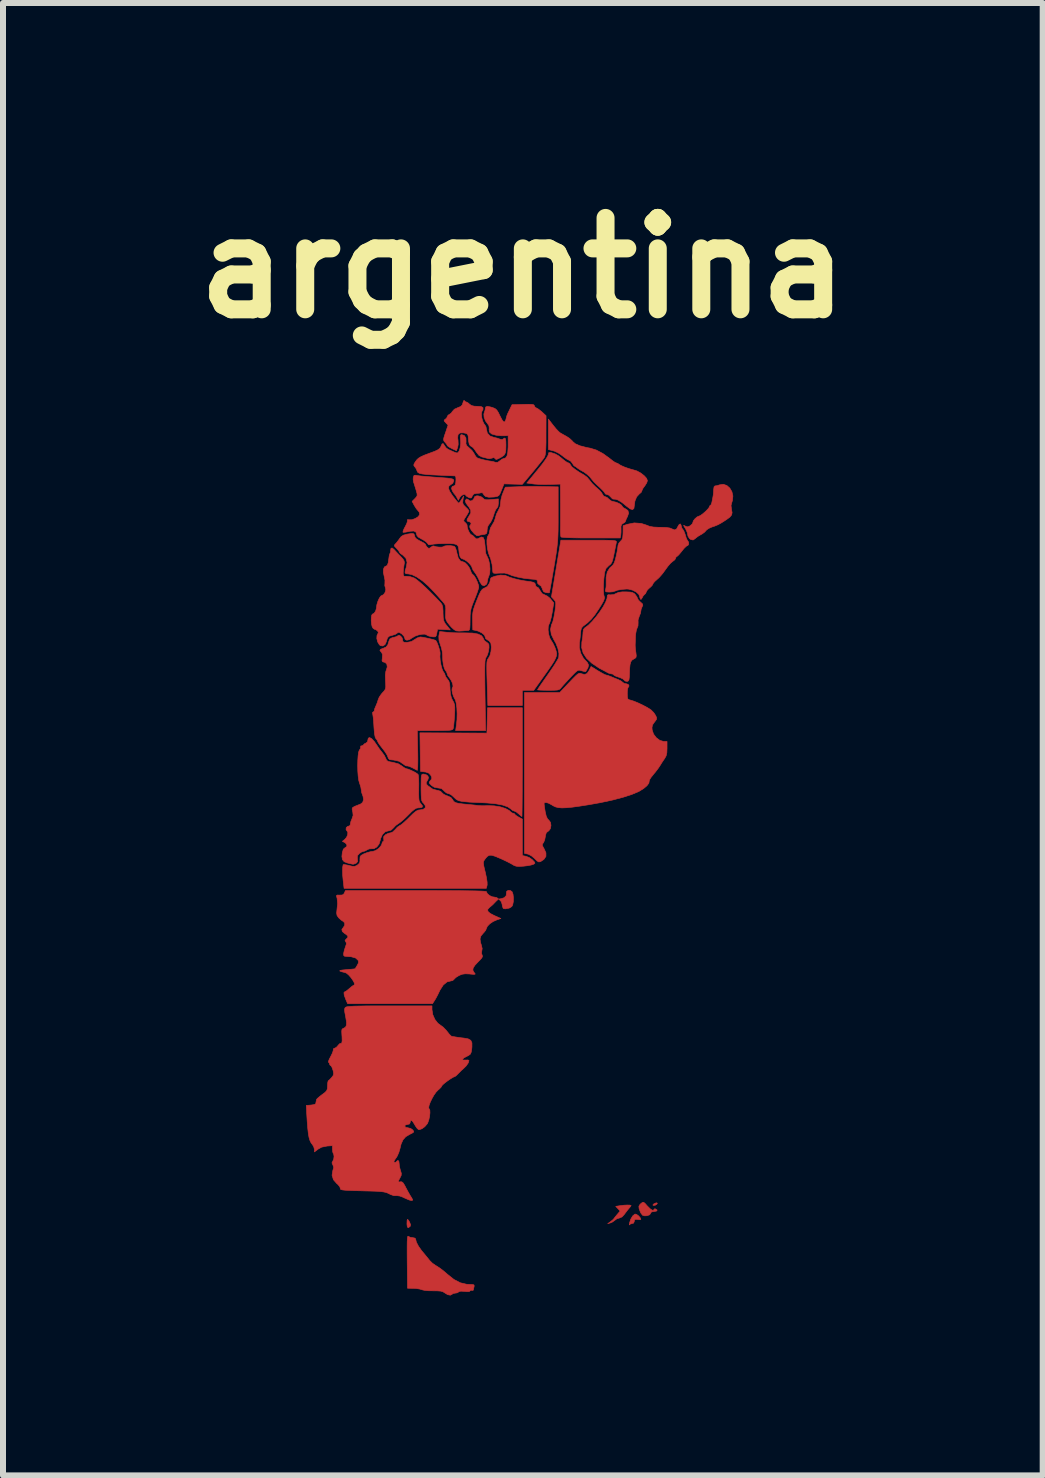
<source format=kicad_pcb>
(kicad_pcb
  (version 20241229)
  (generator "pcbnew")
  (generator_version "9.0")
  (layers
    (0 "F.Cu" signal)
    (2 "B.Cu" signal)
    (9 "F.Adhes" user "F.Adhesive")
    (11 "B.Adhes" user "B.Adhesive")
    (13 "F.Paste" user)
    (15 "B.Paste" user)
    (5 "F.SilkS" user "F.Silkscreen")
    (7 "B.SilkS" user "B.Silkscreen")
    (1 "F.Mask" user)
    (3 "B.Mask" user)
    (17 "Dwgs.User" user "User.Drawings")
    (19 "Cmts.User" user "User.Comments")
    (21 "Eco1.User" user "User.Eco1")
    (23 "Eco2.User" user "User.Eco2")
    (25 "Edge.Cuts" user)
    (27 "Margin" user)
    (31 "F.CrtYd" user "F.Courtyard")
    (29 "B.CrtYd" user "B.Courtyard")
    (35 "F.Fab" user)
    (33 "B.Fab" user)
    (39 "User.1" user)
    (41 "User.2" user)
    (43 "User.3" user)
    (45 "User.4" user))
  (footprint "argentina"
    (layer "F.Cu")
    (at 5.568 11.218)
    (property "Reference" "argentina" (at 0.1 -9.8 0) (layer "F.SilkS") (effects (font (size 1.524 1.524) (thickness 0.3))))
    (attr through_hole)
    (fp_poly (pts (xy 2.343 5.796) (xy 2.332 5.813) (xy 2.307 5.828) (xy 2.304 5.829) (xy 2.275 5.831) (xy 2.268 5.824) (xy 2.282 5.807) (xy 2.312 5.792) (xy 2.333 5.788) (xy 2.343 5.796)) (stroke (width 0.01) (type solid)) (fill yes) (layer "F.Cu"))
    (fp_poly (pts (xy -1.806 6.08) (xy -1.788 6.111) (xy -1.772 6.154) (xy -1.779 6.181) (xy -1.783 6.184) (xy -1.81 6.203) (xy -1.826 6.191) (xy -1.832 6.146) (xy -1.832 6.132) (xy -1.83 6.08) (xy -1.822 6.063) (xy -1.806 6.08)) (stroke (width 0.01) (type solid)) (fill yes) (layer "F.Cu"))
    (fp_poly (pts (xy 1.996 5.981) (xy 2.03 6.006) (xy 2.058 6.039) (xy 2.068 6.064) (xy 2.053 6.07) (xy 2.016 6.066) (xy 2.014 6.066) (xy 1.976 6.062) (xy 1.961 6.075) (xy 1.959 6.094) (xy 1.947 6.126) (xy 1.925 6.132) (xy 1.89 6.143) (xy 1.879 6.155) (xy 1.875 6.156) (xy 1.878 6.128) (xy 1.879 6.123) (xy 1.9 6.059) (xy 1.932 6.006) (xy 1.969 5.976) (xy 1.97 5.975) (xy 1.996 5.981)) (stroke (width 0.01) (type solid)) (fill yes) (layer "F.Cu"))
    (fp_poly (pts (xy -0.109 0.58) (xy -0.08 0.6) (xy -0.064 0.642) (xy -0.057 0.703) (xy -0.059 0.768) (xy -0.07 0.822) (xy -0.084 0.847) (xy -0.118 0.87) (xy -0.137 0.876) (xy -0.176 0.882) (xy -0.188 0.886) (xy -0.22 0.883) (xy -0.23 0.873) (xy -0.242 0.837) (xy -0.246 0.809) (xy -0.26 0.766) (xy -0.28 0.744) (xy -0.299 0.727) (xy -0.289 0.72) (xy -0.261 0.717) (xy -0.21 0.7) (xy -0.178 0.666) (xy -0.173 0.623) (xy -0.174 0.621) (xy -0.169 0.593) (xy -0.143 0.578) (xy -0.109 0.58)) (stroke (width 0.01) (type solid)) (fill yes) (layer "F.Cu"))
    (fp_poly (pts (xy 2.137 5.797) (xy 2.175 5.84) (xy 2.175 5.84) (xy 2.222 5.887) (xy 2.259 5.912) (xy 2.282 5.912) (xy 2.286 5.897) (xy 2.299 5.887) (xy 2.313 5.89) (xy 2.339 5.908) (xy 2.332 5.924) (xy 2.297 5.932) (xy 2.286 5.933) (xy 2.244 5.94) (xy 2.232 5.958) (xy 2.215 5.987) (xy 2.169 6.003) (xy 2.131 6.005) (xy 2.096 5.995) (xy 2.069 5.96) (xy 2.059 5.94) (xy 2.038 5.883) (xy 2.035 5.846) (xy 2.051 5.818) (xy 2.071 5.798) (xy 2.095 5.781) (xy 2.114 5.779) (xy 2.137 5.797)) (stroke (width 0.01) (type solid)) (fill yes) (layer "F.Cu"))
    (fp_poly (pts (xy 1.884 5.826) (xy 1.905 5.832) (xy 1.905 5.833) (xy 1.894 5.852) (xy 1.873 5.876) (xy 1.842 5.914) (xy 1.805 5.963) (xy 1.796 5.976) (xy 1.753 6.023) (xy 1.712 6.041) (xy 1.711 6.041) (xy 1.667 6.054) (xy 1.638 6.076) (xy 1.594 6.108) (xy 1.56 6.123) (xy 1.515 6.136) (xy 1.56 6.103) (xy 1.597 6.074) (xy 1.618 6.052) (xy 1.637 6.026) (xy 1.669 5.987) (xy 1.676 5.979) (xy 1.722 5.925) (xy 1.686 5.886) (xy 1.649 5.847) (xy 1.718 5.836) (xy 1.78 5.828) (xy 1.839 5.825) (xy 1.884 5.826)) (stroke (width 0.01) (type solid)) (fill yes) (layer "F.Cu"))
    (fp_poly (pts (xy -0.647 -6) (xy -0.598 -5.987) (xy -0.564 -5.962) (xy -0.545 -5.944) (xy -0.517 -5.935) (xy -0.47 -5.935) (xy -0.424 -5.939) (xy -0.308 -5.949) (xy -0.308 -5.879) (xy -0.315 -5.824) (xy -0.333 -5.794) (xy -0.335 -5.793) (xy -0.354 -5.768) (xy -0.374 -5.72) (xy -0.384 -5.688) (xy -0.406 -5.623) (xy -0.435 -5.564) (xy -0.448 -5.546) (xy -0.476 -5.508) (xy -0.49 -5.476) (xy -0.496 -5.433) (xy -0.497 -5.407) (xy -0.504 -5.375) (xy -0.53 -5.36) (xy -0.562 -5.355) (xy -0.61 -5.347) (xy -0.642 -5.336) (xy -0.644 -5.335) (xy -0.668 -5.337) (xy -0.702 -5.362) (xy -0.709 -5.368) (xy -0.757 -5.424) (xy -0.783 -5.47) (xy -0.786 -5.5) (xy -0.78 -5.506) (xy -0.762 -5.533) (xy -0.771 -5.559) (xy -0.798 -5.57) (xy -0.829 -5.58) (xy -0.829 -5.61) (xy -0.8 -5.658) (xy -0.798 -5.661) (xy -0.768 -5.713) (xy -0.769 -5.762) (xy -0.8 -5.816) (xy -0.816 -5.835) (xy -0.848 -5.88) (xy -0.86 -5.916) (xy -0.859 -5.924) (xy -0.838 -5.949) (xy -0.814 -5.941) (xy -0.807 -5.933) (xy -0.779 -5.914) (xy -0.745 -5.921) (xy -0.719 -5.949) (xy -0.715 -5.959) (xy -0.7 -5.99) (xy -0.67 -6) (xy -0.647 -6)) (stroke (width 0.01) (type solid)) (fill yes) (layer "F.Cu"))
    (fp_poly (pts (xy 0.091 -1.56) (xy 0.091 -1.383) (xy 0.09 -1.217) (xy 0.09 -1.065) (xy 0.089 -0.933) (xy 0.088 -0.822) (xy 0.087 -0.736) (xy 0.086 -0.679) (xy 0.085 -0.654) (xy 0.084 -0.653) (xy 0.068 -0.664) (xy 0.037 -0.692) (xy 0.029 -0.699) (xy -0.009 -0.729) (xy -0.04 -0.744) (xy -0.043 -0.744) (xy -0.073 -0.756) (xy -0.098 -0.778) (xy -0.152 -0.815) (xy -0.239 -0.845) (xy -0.356 -0.867) (xy -0.501 -0.88) (xy -0.537 -0.882) (xy -0.676 -0.888) (xy -0.783 -0.893) (xy -0.863 -0.9) (xy -0.923 -0.907) (xy -0.965 -0.917) (xy -0.996 -0.93) (xy -1.02 -0.947) (xy -1.042 -0.968) (xy -1.046 -0.972) (xy -1.088 -1.01) (xy -1.127 -1.032) (xy -1.14 -1.034) (xy -1.176 -1.048) (xy -1.213 -1.08) (xy -1.215 -1.083) (xy -1.256 -1.12) (xy -1.307 -1.129) (xy -1.312 -1.129) (xy -1.378 -1.142) (xy -1.422 -1.171) (xy -1.454 -1.202) (xy -1.462 -1.223) (xy -1.448 -1.245) (xy -1.44 -1.254) (xy -1.419 -1.283) (xy -1.42 -1.311) (xy -1.434 -1.339) (xy -1.467 -1.376) (xy -1.518 -1.395) (xy -1.534 -1.397) (xy -1.606 -1.406) (xy -1.611 -1.727) (xy -1.616 -2.049) (xy -0.499 -2.044) (xy -0.494 -2.256) (xy -0.489 -2.467) (xy 0.091 -2.467) (xy 0.091 -1.56)) (stroke (width 0.01) (type solid)) (fill yes) (layer "F.Cu"))
    (fp_poly (pts (xy -1.156 -3.724) (xy -1.073 -3.718) (xy -0.973 -3.715) (xy -0.876 -3.715) (xy -0.862 -3.715) (xy -0.74 -3.712) (xy -0.648 -3.696) (xy -0.588 -3.668) (xy -0.56 -3.627) (xy -0.559 -3.622) (xy -0.539 -3.584) (xy -0.514 -3.566) (xy -0.479 -3.54) (xy -0.466 -3.518) (xy -0.464 -3.47) (xy -0.473 -3.409) (xy -0.49 -3.35) (xy -0.511 -3.31) (xy -0.513 -3.307) (xy -0.52 -3.296) (xy -0.526 -3.276) (xy -0.531 -3.243) (xy -0.533 -3.194) (xy -0.535 -3.125) (xy -0.535 -3.033) (xy -0.534 -2.913) (xy -0.532 -2.763) (xy -0.531 -2.683) (xy -0.521 -2.086) (xy -1.021 -2.086) (xy -1.008 -2.173) (xy -0.998 -2.268) (xy -0.996 -2.368) (xy -1 -2.462) (xy -1.01 -2.542) (xy -1.025 -2.598) (xy -1.033 -2.611) (xy -1.057 -2.658) (xy -1.074 -2.712) (xy -1.082 -2.762) (xy -1.078 -2.796) (xy -1.072 -2.802) (xy -1.064 -2.826) (xy -1.071 -2.869) (xy -1.092 -2.918) (xy -1.12 -2.961) (xy -1.124 -2.966) (xy -1.151 -3.003) (xy -1.161 -3.033) (xy -1.174 -3.068) (xy -1.187 -3.084) (xy -1.207 -3.118) (xy -1.224 -3.178) (xy -1.235 -3.254) (xy -1.238 -3.336) (xy -1.238 -3.347) (xy -1.244 -3.407) (xy -1.261 -3.478) (xy -1.274 -3.513) (xy -1.298 -3.592) (xy -1.301 -3.657) (xy -1.299 -3.672) (xy -1.286 -3.738) (xy -1.156 -3.724)) (stroke (width 0.01) (type solid)) (fill yes) (layer "F.Cu"))
    (fp_poly (pts (xy -1.811 6.346) (xy -1.777 6.363) (xy -1.738 6.368) (xy -1.697 6.377) (xy -1.687 6.396) (xy -1.675 6.445) (xy -1.641 6.51) (xy -1.59 6.583) (xy -1.562 6.616) (xy -1.516 6.672) (xy -1.471 6.727) (xy -1.454 6.749) (xy -1.409 6.794) (xy -1.352 6.834) (xy -1.339 6.841) (xy -1.291 6.872) (xy -1.228 6.919) (xy -1.166 6.972) (xy -1.159 6.978) (xy -1.049 7.066) (xy -0.943 7.121) (xy -0.837 7.146) (xy -0.795 7.148) (xy -0.741 7.15) (xy -0.716 7.156) (xy -0.711 7.172) (xy -0.714 7.189) (xy -0.723 7.226) (xy -0.725 7.243) (xy -0.739 7.249) (xy -0.753 7.246) (xy -0.776 7.247) (xy -0.78 7.256) (xy -0.795 7.268) (xy -0.84 7.268) (xy -0.869 7.265) (xy -0.933 7.261) (xy -0.967 7.27) (xy -0.969 7.273) (xy -0.996 7.289) (xy -1.025 7.293) (xy -1.063 7.3) (xy -1.079 7.312) (xy -1.109 7.328) (xy -1.154 7.319) (xy -1.2 7.291) (xy -1.23 7.272) (xy -1.269 7.26) (xy -1.324 7.256) (xy -1.396 7.255) (xy -1.471 7.254) (xy -1.535 7.248) (xy -1.577 7.239) (xy -1.583 7.237) (xy -1.622 7.225) (xy -1.682 7.216) (xy -1.722 7.214) (xy -1.823 7.212) (xy -1.828 6.768) (xy -1.829 6.625) (xy -1.829 6.516) (xy -1.828 6.436) (xy -1.825 6.383) (xy -1.821 6.354) (xy -1.815 6.344) (xy -1.811 6.346)) (stroke (width 0.01) (type solid)) (fill yes) (layer "F.Cu"))
    (fp_poly (pts (xy 3.501 -6.173) (xy 3.551 -6.129) (xy 3.586 -6.069) (xy 3.602 -5.998) (xy 3.595 -5.923) (xy 3.586 -5.896) (xy 3.571 -5.838) (xy 3.58 -5.773) (xy 3.58 -5.769) (xy 3.589 -5.72) (xy 3.581 -5.682) (xy 3.551 -5.645) (xy 3.495 -5.604) (xy 3.475 -5.591) (xy 3.406 -5.547) (xy 3.352 -5.518) (xy 3.299 -5.496) (xy 3.251 -5.48) (xy 3.199 -5.457) (xy 3.162 -5.431) (xy 3.155 -5.422) (xy 3.128 -5.393) (xy 3.083 -5.361) (xy 3.069 -5.354) (xy 3.02 -5.325) (xy 2.982 -5.296) (xy 2.977 -5.29) (xy 2.938 -5.264) (xy 2.897 -5.274) (xy 2.877 -5.29) (xy 2.853 -5.33) (xy 2.848 -5.356) (xy 2.839 -5.395) (xy 2.816 -5.445) (xy 2.81 -5.456) (xy 2.786 -5.495) (xy 2.781 -5.509) (xy 2.795 -5.503) (xy 2.808 -5.496) (xy 2.84 -5.483) (xy 2.873 -5.492) (xy 2.893 -5.504) (xy 2.924 -5.532) (xy 2.935 -5.557) (xy 2.935 -5.557) (xy 2.944 -5.585) (xy 2.972 -5.62) (xy 3.006 -5.649) (xy 3.034 -5.661) (xy 3.061 -5.672) (xy 3.102 -5.702) (xy 3.147 -5.741) (xy 3.185 -5.78) (xy 3.209 -5.811) (xy 3.211 -5.82) (xy 3.222 -5.841) (xy 3.228 -5.842) (xy 3.239 -5.853) (xy 3.251 -5.888) (xy 3.264 -5.952) (xy 3.275 -6.014) (xy 3.278 -6.043) (xy 3.281 -6.091) (xy 3.281 -6.101) (xy 3.288 -6.15) (xy 3.305 -6.167) (xy 3.307 -6.166) (xy 3.339 -6.17) (xy 3.378 -6.183) (xy 3.442 -6.193) (xy 3.501 -6.173)) (stroke (width 0.01) (type solid)) (fill yes) (layer "F.Cu"))
    (fp_poly (pts (xy 0.317 -6.157) (xy 0.412 -6.155) (xy 0.476 -6.154) (xy 0.689 -6.15) (xy 0.689 -5.692) (xy 0.689 -5.55) (xy 0.688 -5.435) (xy 0.685 -5.34) (xy 0.681 -5.256) (xy 0.673 -5.176) (xy 0.663 -5.091) (xy 0.648 -4.992) (xy 0.628 -4.872) (xy 0.618 -4.81) (xy 0.597 -4.691) (xy 0.579 -4.585) (xy 0.563 -4.496) (xy 0.551 -4.43) (xy 0.543 -4.391) (xy 0.541 -4.384) (xy 0.521 -4.383) (xy 0.487 -4.387) (xy 0.448 -4.401) (xy 0.428 -4.438) (xy 0.426 -4.448) (xy 0.406 -4.493) (xy 0.379 -4.513) (xy 0.35 -4.537) (xy 0.345 -4.564) (xy 0.342 -4.586) (xy 0.328 -4.6) (xy 0.294 -4.608) (xy 0.234 -4.613) (xy 0.222 -4.614) (xy 0.116 -4.626) (xy 0.012 -4.646) (xy -0.078 -4.67) (xy -0.143 -4.697) (xy -0.144 -4.697) (xy -0.202 -4.713) (xy -0.29 -4.712) (xy -0.293 -4.712) (xy -0.354 -4.708) (xy -0.386 -4.711) (xy -0.399 -4.723) (xy -0.401 -4.732) (xy -0.413 -4.857) (xy -0.437 -4.954) (xy -0.452 -4.989) (xy -0.473 -5.046) (xy -0.489 -5.117) (xy -0.498 -5.192) (xy -0.499 -5.26) (xy -0.492 -5.312) (xy -0.481 -5.334) (xy -0.461 -5.368) (xy -0.454 -5.411) (xy -0.441 -5.464) (xy -0.411 -5.515) (xy -0.411 -5.516) (xy -0.379 -5.569) (xy -0.358 -5.631) (xy -0.357 -5.638) (xy -0.339 -5.698) (xy -0.312 -5.751) (xy -0.309 -5.756) (xy -0.279 -5.82) (xy -0.272 -5.876) (xy -0.265 -5.936) (xy -0.247 -6.008) (xy -0.232 -6.048) (xy -0.192 -6.145) (xy -0.037 -6.15) (xy 0.073 -6.154) (xy 0.161 -6.156) (xy 0.238 -6.157) (xy 0.317 -6.157)) (stroke (width 0.01) (type solid)) (fill yes) (layer "F.Cu"))
    (fp_poly (pts (xy 0.576 -6.72) (xy 0.64 -6.699) (xy 0.697 -6.667) (xy 0.762 -6.614) (xy 0.767 -6.61) (xy 0.811 -6.575) (xy 0.847 -6.553) (xy 0.86 -6.55) (xy 0.885 -6.534) (xy 0.893 -6.517) (xy 0.915 -6.486) (xy 0.966 -6.445) (xy 1.039 -6.395) (xy 1.123 -6.346) (xy 1.172 -6.309) (xy 1.214 -6.259) (xy 1.217 -6.255) (xy 1.253 -6.209) (xy 1.304 -6.158) (xy 1.334 -6.132) (xy 1.381 -6.09) (xy 1.415 -6.049) (xy 1.426 -6.028) (xy 1.448 -5.995) (xy 1.471 -5.987) (xy 1.505 -5.973) (xy 1.532 -5.947) (xy 1.573 -5.915) (xy 1.612 -5.904) (xy 1.659 -5.893) (xy 1.708 -5.871) (xy 1.745 -5.845) (xy 1.76 -5.821) (xy 1.775 -5.803) (xy 1.806 -5.787) (xy 1.852 -5.756) (xy 1.864 -5.712) (xy 1.845 -5.656) (xy 1.824 -5.614) (xy 1.814 -5.583) (xy 1.814 -5.582) (xy 1.8 -5.559) (xy 1.773 -5.542) (xy 1.747 -5.523) (xy 1.736 -5.491) (xy 1.737 -5.452) (xy 1.737 -5.394) (xy 1.733 -5.345) (xy 1.732 -5.339) (xy 1.723 -5.298) (xy 1.234 -5.298) (xy 1.083 -5.298) (xy 0.956 -5.3) (xy 0.854 -5.303) (xy 0.782 -5.307) (xy 0.742 -5.312) (xy 0.735 -5.316) (xy 0.73 -5.342) (xy 0.727 -5.393) (xy 0.727 -5.447) (xy 0.728 -5.504) (xy 0.728 -5.588) (xy 0.728 -5.691) (xy 0.728 -5.803) (xy 0.728 -5.878) (xy 0.726 -6.196) (xy 0.549 -6.191) (xy 0.458 -6.19) (xy 0.367 -6.192) (xy 0.291 -6.197) (xy 0.269 -6.2) (xy 0.166 -6.214) (xy 0.345 -6.432) (xy 0.417 -6.521) (xy 0.472 -6.596) (xy 0.509 -6.652) (xy 0.525 -6.687) (xy 0.526 -6.691) (xy 0.531 -6.719) (xy 0.553 -6.724) (xy 0.576 -6.72)) (stroke (width 0.01) (type solid)) (fill yes) (layer "F.Cu"))
    (fp_poly (pts (xy 1.887 -4.396) (xy 1.93 -4.387) (xy 1.959 -4.371) (xy 1.976 -4.353) (xy 2.002 -4.315) (xy 2.013 -4.288) (xy 2.027 -4.263) (xy 2.059 -4.231) (xy 2.063 -4.228) (xy 2.095 -4.198) (xy 2.1 -4.174) (xy 2.09 -4.154) (xy 2.072 -4.108) (xy 2.068 -4.081) (xy 2.06 -4.039) (xy 2.04 -3.99) (xy 2.04 -3.989) (xy 2.021 -3.93) (xy 2.022 -3.888) (xy 2.02 -3.832) (xy 2.008 -3.803) (xy 1.993 -3.763) (xy 1.982 -3.702) (xy 1.978 -3.655) (xy 1.976 -3.59) (xy 1.974 -3.535) (xy 1.973 -3.511) (xy 1.975 -3.471) (xy 1.981 -3.414) (xy 1.985 -3.388) (xy 1.991 -3.336) (xy 1.987 -3.307) (xy 1.968 -3.289) (xy 1.952 -3.281) (xy 1.92 -3.261) (xy 1.899 -3.231) (xy 1.887 -3.184) (xy 1.88 -3.112) (xy 1.878 -3.048) (xy 1.875 -2.978) (xy 1.87 -2.936) (xy 1.86 -2.915) (xy 1.843 -2.907) (xy 1.838 -2.906) (xy 1.804 -2.913) (xy 1.791 -2.927) (xy 1.769 -2.947) (xy 1.724 -2.968) (xy 1.698 -2.977) (xy 1.649 -2.994) (xy 1.619 -3.01) (xy 1.615 -3.016) (xy 1.6 -3.028) (xy 1.587 -3.03) (xy 1.547 -3.038) (xy 1.528 -3.045) (xy 1.372 -3.128) (xy 1.25 -3.21) (xy 1.162 -3.293) (xy 1.106 -3.379) (xy 1.081 -3.468) (xy 1.084 -3.563) (xy 1.087 -3.578) (xy 1.098 -3.644) (xy 1.103 -3.708) (xy 1.103 -3.718) (xy 1.111 -3.774) (xy 1.134 -3.8) (xy 1.191 -3.842) (xy 1.255 -3.906) (xy 1.321 -3.983) (xy 1.384 -4.067) (xy 1.439 -4.15) (xy 1.48 -4.226) (xy 1.503 -4.287) (xy 1.506 -4.309) (xy 1.51 -4.344) (xy 1.531 -4.353) (xy 1.555 -4.349) (xy 1.616 -4.354) (xy 1.651 -4.371) (xy 1.694 -4.39) (xy 1.758 -4.399) (xy 1.818 -4.399) (xy 1.887 -4.396)) (stroke (width 0.01) (type solid)) (fill yes) (layer "F.Cu"))
    (fp_poly (pts (xy 0.607 -7.175) (xy 0.652 -7.12) (xy 0.693 -7.076) (xy 0.722 -7.051) (xy 0.723 -7.05) (xy 0.76 -7.029) (xy 0.812 -7) (xy 0.829 -6.991) (xy 0.881 -6.956) (xy 0.923 -6.917) (xy 0.931 -6.906) (xy 0.974 -6.869) (xy 1.052 -6.835) (xy 1.164 -6.806) (xy 1.224 -6.795) (xy 1.325 -6.764) (xy 1.436 -6.705) (xy 1.547 -6.625) (xy 1.549 -6.623) (xy 1.597 -6.585) (xy 1.637 -6.558) (xy 1.656 -6.55) (xy 1.685 -6.539) (xy 1.704 -6.525) (xy 1.737 -6.506) (xy 1.791 -6.482) (xy 1.855 -6.459) (xy 1.913 -6.441) (xy 1.941 -6.434) (xy 2.003 -6.415) (xy 2.067 -6.38) (xy 2.123 -6.336) (xy 2.163 -6.292) (xy 2.177 -6.254) (xy 2.166 -6.218) (xy 2.138 -6.173) (xy 2.132 -6.165) (xy 2.102 -6.124) (xy 2.087 -6.091) (xy 2.086 -6.086) (xy 2.073 -6.058) (xy 2.042 -6.032) (xy 1.998 -5.984) (xy 1.969 -5.914) (xy 1.959 -5.842) (xy 1.952 -5.79) (xy 1.93 -5.771) (xy 1.891 -5.782) (xy 1.834 -5.824) (xy 1.832 -5.826) (xy 1.75 -5.892) (xy 1.684 -5.932) (xy 1.636 -5.946) (xy 1.622 -5.944) (xy 1.594 -5.95) (xy 1.567 -5.979) (xy 1.535 -6.011) (xy 1.504 -6.023) (xy 1.475 -6.032) (xy 1.47 -6.043) (xy 1.457 -6.064) (xy 1.424 -6.1) (xy 1.385 -6.138) (xy 1.338 -6.181) (xy 1.302 -6.216) (xy 1.286 -6.232) (xy 1.265 -6.257) (xy 1.233 -6.297) (xy 1.223 -6.31) (xy 1.174 -6.357) (xy 1.115 -6.4) (xy 1.101 -6.407) (xy 1.05 -6.436) (xy 1.011 -6.463) (xy 1.002 -6.47) (xy 0.975 -6.491) (xy 0.963 -6.495) (xy 0.946 -6.51) (xy 0.929 -6.539) (xy 0.899 -6.578) (xy 0.867 -6.596) (xy 0.829 -6.616) (xy 0.78 -6.651) (xy 0.758 -6.67) (xy 0.697 -6.712) (xy 0.629 -6.745) (xy 0.608 -6.751) (xy 0.526 -6.772) (xy 0.526 -7.28) (xy 0.607 -7.175)) (stroke (width 0.01) (type solid)) (fill yes) (layer "F.Cu"))
    (fp_poly (pts (xy -0.193 -4.673) (xy -0.158 -4.659) (xy -0.11 -4.639) (xy -0.039 -4.618) (xy 0.044 -4.598) (xy 0.126 -4.583) (xy 0.154 -4.579) (xy 0.23 -4.569) (xy 0.276 -4.558) (xy 0.3 -4.544) (xy 0.308 -4.525) (xy 0.308 -4.517) (xy 0.32 -4.488) (xy 0.335 -4.481) (xy 0.36 -4.466) (xy 0.384 -4.429) (xy 0.388 -4.42) (xy 0.421 -4.37) (xy 0.465 -4.349) (xy 0.51 -4.327) (xy 0.556 -4.288) (xy 0.566 -4.276) (xy 0.615 -4.214) (xy 0.589 -4.055) (xy 0.575 -3.98) (xy 0.559 -3.917) (xy 0.545 -3.876) (xy 0.54 -3.869) (xy 0.524 -3.826) (xy 0.521 -3.763) (xy 0.53 -3.693) (xy 0.549 -3.629) (xy 0.572 -3.589) (xy 0.602 -3.542) (xy 0.632 -3.479) (xy 0.645 -3.445) (xy 0.657 -3.405) (xy 0.663 -3.369) (xy 0.66 -3.333) (xy 0.646 -3.293) (xy 0.62 -3.242) (xy 0.578 -3.177) (xy 0.52 -3.092) (xy 0.449 -2.992) (xy 0.282 -2.758) (xy 0.091 -2.758) (xy 0.091 -2.504) (xy -0.484 -2.504) (xy -0.495 -2.88) (xy -0.499 -3.007) (xy -0.501 -3.102) (xy -0.501 -3.172) (xy -0.499 -3.22) (xy -0.494 -3.252) (xy -0.487 -3.274) (xy -0.476 -3.289) (xy -0.473 -3.293) (xy -0.448 -3.339) (xy -0.431 -3.406) (xy -0.425 -3.477) (xy -0.432 -3.536) (xy -0.434 -3.544) (xy -0.461 -3.581) (xy -0.488 -3.597) (xy -0.52 -3.62) (xy -0.526 -3.643) (xy -0.542 -3.68) (xy -0.585 -3.716) (xy -0.644 -3.745) (xy -0.68 -3.755) (xy -0.735 -3.766) (xy -0.738 -3.92) (xy -0.739 -3.991) (xy -0.734 -4.049) (xy -0.724 -4.103) (xy -0.703 -4.166) (xy -0.671 -4.25) (xy -0.667 -4.259) (xy -0.632 -4.346) (xy -0.604 -4.404) (xy -0.58 -4.438) (xy -0.559 -4.454) (xy -0.552 -4.456) (xy -0.493 -4.488) (xy -0.455 -4.547) (xy -0.446 -4.579) (xy -0.44 -4.615) (xy -0.429 -4.634) (xy -0.404 -4.646) (xy -0.365 -4.66) (xy -0.273 -4.679) (xy -0.193 -4.673)) (stroke (width 0.01) (type solid)) (fill yes) (layer "F.Cu"))
    (fp_poly (pts (xy -0.877 -7.588) (xy -0.854 -7.567) (xy -0.845 -7.566) (xy -0.817 -7.553) (xy -0.789 -7.529) (xy -0.757 -7.506) (xy -0.709 -7.495) (xy -0.659 -7.493) (xy -0.596 -7.489) (xy -0.565 -7.473) (xy -0.564 -7.443) (xy -0.584 -7.404) (xy -0.592 -7.364) (xy -0.586 -7.307) (xy -0.57 -7.247) (xy -0.546 -7.198) (xy -0.533 -7.183) (xy -0.514 -7.15) (xy -0.508 -7.114) (xy -0.492 -7.046) (xy -0.447 -6.998) (xy -0.385 -6.976) (xy -0.33 -6.963) (xy -0.287 -6.948) (xy -0.284 -6.946) (xy -0.246 -6.938) (xy -0.23 -6.947) (xy -0.206 -6.964) (xy -0.192 -6.956) (xy -0.184 -6.919) (xy -0.182 -6.85) (xy -0.182 -6.844) (xy -0.184 -6.766) (xy -0.193 -6.715) (xy -0.212 -6.681) (xy -0.245 -6.655) (xy -0.256 -6.648) (xy -0.308 -6.62) (xy -0.338 -6.608) (xy -0.355 -6.612) (xy -0.364 -6.624) (xy -0.386 -6.64) (xy -0.412 -6.63) (xy -0.457 -6.62) (xy -0.49 -6.625) (xy -0.545 -6.64) (xy -0.584 -6.649) (xy -0.632 -6.675) (xy -0.673 -6.726) (xy -0.703 -6.771) (xy -0.728 -6.802) (xy -0.734 -6.808) (xy -0.766 -6.829) (xy -0.778 -6.837) (xy -0.795 -6.865) (xy -0.805 -6.916) (xy -0.807 -6.938) (xy -0.811 -6.995) (xy -0.821 -7.026) (xy -0.846 -7.042) (xy -0.893 -7.051) (xy -0.894 -7.051) (xy -0.95 -7.049) (xy -0.981 -7.021) (xy -0.987 -6.966) (xy -0.981 -6.929) (xy -0.978 -6.858) (xy -0.987 -6.81) (xy -1.007 -6.753) (xy -1.084 -6.789) (xy -1.13 -6.814) (xy -1.157 -6.835) (xy -1.161 -6.842) (xy -1.173 -6.865) (xy -1.197 -6.893) (xy -1.214 -6.913) (xy -1.222 -6.933) (xy -1.219 -6.962) (xy -1.205 -7.009) (xy -1.189 -7.055) (xy -1.147 -7.18) (xy -1.186 -7.22) (xy -1.211 -7.248) (xy -1.211 -7.264) (xy -1.193 -7.277) (xy -1.167 -7.303) (xy -1.161 -7.32) (xy -1.146 -7.346) (xy -1.128 -7.356) (xy -1.094 -7.38) (xy -1.075 -7.408) (xy -1.041 -7.445) (xy -0.984 -7.471) (xy -0.934 -7.491) (xy -0.909 -7.519) (xy -0.899 -7.552) (xy -0.888 -7.585) (xy -0.878 -7.591) (xy -0.877 -7.588)) (stroke (width 0.01) (type solid)) (fill yes) (layer "F.Cu"))
    (fp_poly (pts (xy 2.075 -5.54) (xy 2.159 -5.513) (xy 2.215 -5.491) (xy 2.278 -5.48) (xy 2.359 -5.476) (xy 2.393 -5.476) (xy 2.487 -5.473) (xy 2.551 -5.464) (xy 2.587 -5.449) (xy 2.63 -5.432) (xy 2.663 -5.447) (xy 2.686 -5.49) (xy 2.707 -5.524) (xy 2.727 -5.532) (xy 2.739 -5.51) (xy 2.74 -5.5) (xy 2.752 -5.46) (xy 2.765 -5.445) (xy 2.784 -5.415) (xy 2.804 -5.365) (xy 2.81 -5.344) (xy 2.826 -5.293) (xy 2.843 -5.259) (xy 2.848 -5.252) (xy 2.864 -5.228) (xy 2.865 -5.196) (xy 2.852 -5.173) (xy 2.843 -5.171) (xy 2.821 -5.157) (xy 2.786 -5.122) (xy 2.752 -5.08) (xy 2.714 -5.033) (xy 2.683 -5) (xy 2.667 -4.989) (xy 2.651 -4.975) (xy 2.649 -4.963) (xy 2.635 -4.936) (xy 2.6 -4.908) (xy 2.598 -4.907) (xy 2.563 -4.877) (xy 2.519 -4.826) (xy 2.478 -4.77) (xy 2.431 -4.705) (xy 2.378 -4.644) (xy 2.338 -4.607) (xy 2.297 -4.57) (xy 2.272 -4.539) (xy 2.268 -4.529) (xy 2.254 -4.504) (xy 2.221 -4.472) (xy 2.213 -4.466) (xy 2.178 -4.433) (xy 2.16 -4.404) (xy 2.159 -4.4) (xy 2.145 -4.369) (xy 2.133 -4.36) (xy 2.106 -4.332) (xy 2.091 -4.303) (xy 2.075 -4.277) (xy 2.063 -4.275) (xy 2.051 -4.303) (xy 2.05 -4.316) (xy 2.033 -4.358) (xy 1.99 -4.397) (xy 1.93 -4.428) (xy 1.862 -4.445) (xy 1.832 -4.447) (xy 1.746 -4.44) (xy 1.675 -4.427) (xy 1.642 -4.414) (xy 1.599 -4.401) (xy 1.543 -4.396) (xy 1.536 -4.396) (xy 1.492 -4.399) (xy 1.476 -4.411) (xy 1.479 -4.435) (xy 1.48 -4.435) (xy 1.488 -4.483) (xy 1.489 -4.518) (xy 1.489 -4.639) (xy 1.508 -4.731) (xy 1.548 -4.796) (xy 1.568 -4.815) (xy 1.6 -4.844) (xy 1.623 -4.88) (xy 1.641 -4.933) (xy 1.657 -4.997) (xy 1.672 -5.069) (xy 1.682 -5.13) (xy 1.687 -5.17) (xy 1.687 -5.173) (xy 1.701 -5.211) (xy 1.728 -5.243) (xy 1.752 -5.269) (xy 1.765 -5.304) (xy 1.77 -5.359) (xy 1.771 -5.389) (xy 1.772 -5.502) (xy 1.843 -5.526) (xy 1.958 -5.549) (xy 2.075 -5.54)) (stroke (width 0.01) (type solid)) (fill yes) (layer "F.Cu"))
    (fp_poly (pts (xy 1.2 -5.261) (xy 1.342 -5.261) (xy 1.452 -5.261) (xy 1.534 -5.259) (xy 1.591 -5.257) (xy 1.628 -5.253) (xy 1.65 -5.248) (xy 1.659 -5.241) (xy 1.66 -5.231) (xy 1.66 -5.23) (xy 1.636 -5.11) (xy 1.618 -5.021) (xy 1.604 -4.957) (xy 1.592 -4.913) (xy 1.579 -4.884) (xy 1.566 -4.864) (xy 1.549 -4.849) (xy 1.532 -4.836) (xy 1.487 -4.79) (xy 1.465 -4.731) (xy 1.462 -4.713) (xy 1.45 -4.612) (xy 1.444 -4.514) (xy 1.443 -4.427) (xy 1.448 -4.361) (xy 1.454 -4.332) (xy 1.461 -4.307) (xy 1.458 -4.281) (xy 1.444 -4.245) (xy 1.415 -4.193) (xy 1.369 -4.119) (xy 1.303 -4.02) (xy 1.242 -3.944) (xy 1.178 -3.883) (xy 1.106 -3.828) (xy 1.079 -3.799) (xy 1.066 -3.753) (xy 1.062 -3.71) (xy 1.056 -3.642) (xy 1.048 -3.578) (xy 1.044 -3.56) (xy 1.041 -3.47) (xy 1.064 -3.377) (xy 1.109 -3.294) (xy 1.135 -3.265) (xy 1.178 -3.218) (xy 1.195 -3.18) (xy 1.188 -3.142) (xy 1.175 -3.116) (xy 1.156 -3.083) (xy 1.149 -3.069) (xy 1.131 -3.07) (xy 1.092 -3.08) (xy 1.082 -3.083) (xy 1.052 -3.092) (xy 1.028 -3.093) (xy 1.003 -3.08) (xy 0.969 -3.051) (xy 0.92 -3.001) (xy 0.901 -2.981) (xy 0.844 -2.92) (xy 0.792 -2.863) (xy 0.754 -2.82) (xy 0.744 -2.808) (xy 0.725 -2.785) (xy 0.704 -2.77) (xy 0.673 -2.762) (xy 0.625 -2.759) (xy 0.551 -2.758) (xy 0.525 -2.758) (xy 0.449 -2.759) (xy 0.389 -2.761) (xy 0.352 -2.764) (xy 0.345 -2.766) (xy 0.355 -2.783) (xy 0.382 -2.825) (xy 0.424 -2.885) (xy 0.476 -2.96) (xy 0.516 -3.017) (xy 0.575 -3.102) (xy 0.627 -3.18) (xy 0.667 -3.246) (xy 0.693 -3.292) (xy 0.699 -3.308) (xy 0.702 -3.373) (xy 0.685 -3.454) (xy 0.652 -3.54) (xy 0.614 -3.607) (xy 0.575 -3.689) (xy 0.562 -3.774) (xy 0.577 -3.849) (xy 0.587 -3.87) (xy 0.601 -3.906) (xy 0.616 -3.966) (xy 0.63 -4.041) (xy 0.635 -4.07) (xy 0.645 -4.146) (xy 0.649 -4.196) (xy 0.647 -4.228) (xy 0.636 -4.25) (xy 0.617 -4.272) (xy 0.617 -4.273) (xy 0.577 -4.316) (xy 0.734 -5.261) (xy 1.2 -5.261)) (stroke (width 0.01) (type solid)) (fill yes) (layer "F.Cu"))
    (fp_poly (pts (xy -1.727 -5.371) (xy -1.713 -5.359) (xy -1.713 -5.358) (xy -1.701 -5.318) (xy -1.697 -5.308) (xy -1.677 -5.285) (xy -1.635 -5.258) (xy -1.607 -5.244) (xy -1.559 -5.219) (xy -1.529 -5.198) (xy -1.524 -5.19) (xy -1.512 -5.165) (xy -1.495 -5.144) (xy -1.47 -5.124) (xy -1.448 -5.131) (xy -1.432 -5.144) (xy -1.401 -5.164) (xy -1.383 -5.164) (xy -1.349 -5.152) (xy -1.301 -5.146) (xy -1.256 -5.145) (xy -1.227 -5.151) (xy -1.224 -5.154) (xy -1.2 -5.165) (xy -1.155 -5.17) (xy -1.102 -5.169) (xy -1.057 -5.162) (xy -1.038 -5.155) (xy -1.022 -5.13) (xy -1.007 -5.082) (xy -0.999 -5.044) (xy -0.977 -4.963) (xy -0.941 -4.914) (xy -0.894 -4.899) (xy -0.862 -4.884) (xy -0.825 -4.847) (xy -0.791 -4.798) (xy -0.771 -4.75) (xy -0.77 -4.748) (xy -0.754 -4.707) (xy -0.733 -4.687) (xy -0.711 -4.664) (xy -0.684 -4.62) (xy -0.659 -4.565) (xy -0.64 -4.512) (xy -0.635 -4.479) (xy -0.642 -4.448) (xy -0.66 -4.393) (xy -0.686 -4.323) (xy -0.708 -4.27) (xy -0.741 -4.187) (xy -0.762 -4.124) (xy -0.774 -4.067) (xy -0.779 -4.004) (xy -0.78 -3.926) (xy -0.781 -3.846) (xy -0.784 -3.795) (xy -0.79 -3.768) (xy -0.802 -3.757) (xy -0.812 -3.755) (xy -0.852 -3.753) (xy -0.904 -3.748) (xy -0.907 -3.748) (xy -0.963 -3.745) (xy -1.011 -3.749) (xy -1.012 -3.75) (xy -1.045 -3.768) (xy -1.088 -3.807) (xy -1.123 -3.847) (xy -1.161 -3.896) (xy -1.181 -3.935) (xy -1.189 -3.976) (xy -1.188 -4.036) (xy -1.187 -4.055) (xy -1.185 -4.122) (xy -1.19 -4.165) (xy -1.204 -4.198) (xy -1.23 -4.23) (xy -1.266 -4.27) (xy -1.316 -4.327) (xy -1.371 -4.388) (xy -1.379 -4.397) (xy -1.478 -4.499) (xy -1.575 -4.584) (xy -1.668 -4.647) (xy -1.75 -4.687) (xy -1.81 -4.699) (xy -1.848 -4.702) (xy -1.864 -4.717) (xy -1.862 -4.751) (xy -1.844 -4.81) (xy -1.843 -4.813) (xy -1.83 -4.892) (xy -1.85 -4.96) (xy -1.902 -5.012) (xy -1.908 -5.016) (xy -1.943 -5.041) (xy -1.959 -5.063) (xy -1.959 -5.064) (xy -1.972 -5.087) (xy -2.002 -5.121) (xy -2.008 -5.127) (xy -2.038 -5.158) (xy -2.043 -5.178) (xy -2.029 -5.194) (xy -2.003 -5.223) (xy -1.969 -5.267) (xy -1.96 -5.281) (xy -1.929 -5.321) (xy -1.893 -5.344) (xy -1.837 -5.36) (xy -1.819 -5.363) (xy -1.759 -5.372) (xy -1.727 -5.371)) (stroke (width 0.01) (type solid)) (fill yes) (layer "F.Cu"))
    (fp_poly (pts (xy -2.045 -5.103) (xy -2.017 -5.072) (xy -1.974 -5.027) (xy -1.942 -4.994) (xy -1.9 -4.948) (xy -1.88 -4.915) (xy -1.875 -4.884) (xy -1.881 -4.849) (xy -1.891 -4.783) (xy -1.895 -4.719) (xy -1.895 -4.717) (xy -1.893 -4.675) (xy -1.879 -4.659) (xy -1.843 -4.659) (xy -1.838 -4.659) (xy -1.783 -4.654) (xy -1.72 -4.633) (xy -1.708 -4.628) (xy -1.666 -4.599) (xy -1.606 -4.549) (xy -1.531 -4.481) (xy -1.446 -4.399) (xy -1.357 -4.309) (xy -1.268 -4.215) (xy -1.248 -4.186) (xy -1.236 -4.145) (xy -1.231 -4.082) (xy -1.231 -4.043) (xy -1.228 -3.972) (xy -1.221 -3.924) (xy -1.206 -3.886) (xy -1.177 -3.847) (xy -1.169 -3.838) (xy -1.11 -3.765) (xy -1.322 -3.777) (xy -1.335 -3.71) (xy -1.345 -3.667) (xy -1.361 -3.65) (xy -1.396 -3.649) (xy -1.42 -3.652) (xy -1.469 -3.663) (xy -1.501 -3.678) (xy -1.505 -3.682) (xy -1.532 -3.694) (xy -1.58 -3.693) (xy -1.638 -3.682) (xy -1.695 -3.662) (xy -1.74 -3.636) (xy -1.742 -3.635) (xy -1.791 -3.603) (xy -1.834 -3.593) (xy -1.862 -3.605) (xy -1.869 -3.627) (xy -1.883 -3.661) (xy -1.916 -3.696) (xy -1.921 -3.7) (xy -1.959 -3.723) (xy -1.981 -3.723) (xy -1.994 -3.712) (xy -2.026 -3.691) (xy -2.074 -3.676) (xy -2.077 -3.675) (xy -2.127 -3.661) (xy -2.155 -3.635) (xy -2.172 -3.587) (xy -2.176 -3.569) (xy -2.198 -3.521) (xy -2.234 -3.497) (xy -2.274 -3.502) (xy -2.293 -3.518) (xy -2.321 -3.565) (xy -2.335 -3.622) (xy -2.332 -3.672) (xy -2.322 -3.692) (xy -2.309 -3.721) (xy -2.322 -3.747) (xy -2.353 -3.77) (xy -2.37 -3.774) (xy -2.395 -3.789) (xy -2.413 -3.819) (xy -2.423 -3.863) (xy -2.428 -3.917) (xy -2.426 -3.971) (xy -2.42 -4.011) (xy -2.408 -4.028) (xy -2.408 -4.028) (xy -2.379 -4.043) (xy -2.354 -4.082) (xy -2.341 -4.129) (xy -2.341 -4.136) (xy -2.334 -4.186) (xy -2.317 -4.242) (xy -2.294 -4.293) (xy -2.271 -4.327) (xy -2.257 -4.336) (xy -2.224 -4.352) (xy -2.198 -4.389) (xy -2.185 -4.432) (xy -2.19 -4.462) (xy -2.202 -4.502) (xy -2.2 -4.543) (xy -2.199 -4.594) (xy -2.211 -4.653) (xy -2.213 -4.663) (xy -2.226 -4.724) (xy -2.224 -4.778) (xy -2.208 -4.815) (xy -2.187 -4.826) (xy -2.162 -4.84) (xy -2.145 -4.883) (xy -2.134 -4.959) (xy -2.134 -4.961) (xy -2.127 -5.008) (xy -2.118 -5.036) (xy -2.116 -5.038) (xy -2.107 -5.064) (xy -2.105 -5.092) (xy -2.098 -5.127) (xy -2.077 -5.13) (xy -2.045 -5.103)) (stroke (width 0.01) (type solid)) (fill yes) (layer "F.Cu"))
    (fp_poly (pts (xy 1.353 -3.083) (xy 1.412 -3.049) (xy 1.46 -3.023) (xy 1.488 -3.012) (xy 1.49 -3.012) (xy 1.519 -3.005) (xy 1.563 -2.988) (xy 1.567 -2.987) (xy 1.626 -2.962) (xy 1.687 -2.938) (xy 1.687 -2.938) (xy 1.733 -2.916) (xy 1.763 -2.893) (xy 1.765 -2.89) (xy 1.793 -2.872) (xy 1.824 -2.867) (xy 1.857 -2.856) (xy 1.871 -2.831) (xy 1.857 -2.807) (xy 1.855 -2.806) (xy 1.847 -2.784) (xy 1.842 -2.738) (xy 1.841 -2.701) (xy 1.843 -2.645) (xy 1.85 -2.615) (xy 1.869 -2.601) (xy 1.896 -2.594) (xy 1.95 -2.577) (xy 2.023 -2.547) (xy 2.103 -2.509) (xy 2.176 -2.47) (xy 2.231 -2.435) (xy 2.238 -2.43) (xy 2.282 -2.386) (xy 2.314 -2.338) (xy 2.33 -2.302) (xy 2.329 -2.275) (xy 2.306 -2.242) (xy 2.294 -2.227) (xy 2.262 -2.181) (xy 2.253 -2.136) (xy 2.256 -2.096) (xy 2.279 -2.028) (xy 2.325 -1.967) (xy 2.384 -1.923) (xy 2.446 -1.905) (xy 2.449 -1.905) (xy 2.504 -1.905) (xy 2.504 -1.79) (xy 2.501 -1.717) (xy 2.489 -1.665) (xy 2.465 -1.621) (xy 2.459 -1.613) (xy 2.422 -1.558) (xy 2.388 -1.503) (xy 2.384 -1.497) (xy 2.355 -1.454) (xy 2.312 -1.397) (xy 2.276 -1.354) (xy 2.237 -1.305) (xy 2.212 -1.265) (xy 2.207 -1.244) (xy 2.201 -1.21) (xy 2.169 -1.167) (xy 2.115 -1.121) (xy 2.046 -1.078) (xy 2.034 -1.071) (xy 1.918 -1.022) (xy 1.77 -0.974) (xy 1.595 -0.928) (xy 1.395 -0.885) (xy 1.199 -0.85) (xy 1.046 -0.826) (xy 0.923 -0.809) (xy 0.826 -0.8) (xy 0.751 -0.797) (xy 0.693 -0.802) (xy 0.646 -0.813) (xy 0.606 -0.832) (xy 0.589 -0.843) (xy 0.533 -0.874) (xy 0.487 -0.888) (xy 0.459 -0.882) (xy 0.454 -0.868) (xy 0.457 -0.84) (xy 0.464 -0.788) (xy 0.473 -0.733) (xy 0.49 -0.659) (xy 0.512 -0.613) (xy 0.533 -0.593) (xy 0.561 -0.556) (xy 0.569 -0.504) (xy 0.559 -0.451) (xy 0.531 -0.413) (xy 0.52 -0.407) (xy 0.491 -0.383) (xy 0.477 -0.335) (xy 0.475 -0.318) (xy 0.464 -0.263) (xy 0.446 -0.22) (xy 0.441 -0.214) (xy 0.425 -0.191) (xy 0.427 -0.166) (xy 0.448 -0.126) (xy 0.452 -0.121) (xy 0.485 -0.048) (xy 0.485 0.011) (xy 0.452 0.06) (xy 0.437 0.071) (xy 0.396 0.098) (xy 0.366 0.104) (xy 0.337 0.088) (xy 0.296 0.047) (xy 0.248 0.006) (xy 0.198 -0.022) (xy 0.183 -0.027) (xy 0.127 -0.039) (xy 0.127 -2.721) (xy 0.716 -2.721) (xy 0.873 -2.888) (xy 0.939 -2.957) (xy 0.985 -3.003) (xy 1.017 -3.03) (xy 1.04 -3.041) (xy 1.06 -3.041) (xy 1.078 -3.034) (xy 1.13 -3.021) (xy 1.171 -3.038) (xy 1.205 -3.089) (xy 1.208 -3.094) (xy 1.237 -3.155) (xy 1.353 -3.083)) (stroke (width 0.01) (type solid)) (fill yes) (layer "F.Cu"))
    (fp_poly (pts (xy -2.42 -1.951) (xy -2.377 -1.904) (xy -2.327 -1.832) (xy -2.327 -1.831) (xy -2.29 -1.777) (xy -2.251 -1.727) (xy -2.246 -1.721) (xy -2.21 -1.672) (xy -2.186 -1.623) (xy -2.171 -1.591) (xy -2.146 -1.572) (xy -2.101 -1.562) (xy -2.073 -1.558) (xy -1.976 -1.532) (xy -1.922 -1.499) (xy -1.881 -1.469) (xy -1.849 -1.452) (xy -1.844 -1.451) (xy -1.811 -1.443) (xy -1.761 -1.422) (xy -1.708 -1.396) (xy -1.665 -1.37) (xy -1.646 -1.354) (xy -1.641 -1.328) (xy -1.637 -1.275) (xy -1.635 -1.201) (xy -1.636 -1.12) (xy -1.637 -1.028) (xy -1.635 -0.965) (xy -1.631 -0.923) (xy -1.622 -0.895) (xy -1.608 -0.874) (xy -1.6 -0.865) (xy -1.573 -0.829) (xy -1.579 -0.808) (xy -1.618 -0.799) (xy -1.64 -0.798) (xy -1.674 -0.793) (xy -1.709 -0.773) (xy -1.755 -0.735) (xy -1.807 -0.682) (xy -1.864 -0.626) (xy -1.919 -0.577) (xy -1.962 -0.544) (xy -1.972 -0.538) (xy -2.021 -0.503) (xy -2.057 -0.464) (xy -2.096 -0.427) (xy -2.13 -0.417) (xy -2.192 -0.401) (xy -2.241 -0.354) (xy -2.272 -0.285) (xy -2.276 -0.264) (xy -2.297 -0.196) (xy -2.335 -0.145) (xy -2.383 -0.117) (xy -2.421 -0.116) (xy -2.465 -0.113) (xy -2.494 -0.099) (xy -2.533 -0.078) (xy -2.557 -0.072) (xy -2.591 -0.061) (xy -2.628 -0.036) (xy -2.658 -0.001) (xy -2.66 0.042) (xy -2.658 0.053) (xy -2.655 0.096) (xy -2.674 0.121) (xy -2.683 0.126) (xy -2.718 0.14) (xy -2.734 0.142) (xy -2.759 0.137) (xy -2.806 0.126) (xy -2.825 0.121) (xy -2.879 0.1) (xy -2.908 0.066) (xy -2.917 0.012) (xy -2.91 -0.053) (xy -2.893 -0.109) (xy -2.865 -0.133) (xy -2.835 -0.153) (xy -2.835 -0.184) (xy -2.862 -0.215) (xy -2.87 -0.219) (xy -2.909 -0.24) (xy -2.871 -0.27) (xy -2.84 -0.306) (xy -2.821 -0.349) (xy -2.818 -0.389) (xy -2.829 -0.407) (xy -2.848 -0.435) (xy -2.845 -0.467) (xy -2.823 -0.488) (xy -2.812 -0.49) (xy -2.782 -0.503) (xy -2.776 -0.527) (xy -2.768 -0.569) (xy -2.748 -0.618) (xy -2.73 -0.672) (xy -2.736 -0.729) (xy -2.738 -0.736) (xy -2.747 -0.779) (xy -2.738 -0.803) (xy -2.705 -0.822) (xy -2.698 -0.825) (xy -2.648 -0.845) (xy -2.608 -0.86) (xy -2.608 -0.86) (xy -2.571 -0.888) (xy -2.556 -0.936) (xy -2.565 -0.991) (xy -2.569 -1.001) (xy -2.588 -1.054) (xy -2.594 -1.097) (xy -2.602 -1.145) (xy -2.62 -1.202) (xy -2.624 -1.212) (xy -2.637 -1.259) (xy -2.646 -1.328) (xy -2.652 -1.411) (xy -2.654 -1.501) (xy -2.652 -1.588) (xy -2.647 -1.666) (xy -2.639 -1.726) (xy -2.627 -1.76) (xy -2.623 -1.764) (xy -2.605 -1.79) (xy -2.606 -1.806) (xy -2.603 -1.829) (xy -2.587 -1.832) (xy -2.562 -1.841) (xy -2.558 -1.848) (xy -2.543 -1.865) (xy -2.522 -1.874) (xy -2.491 -1.898) (xy -2.486 -1.92) (xy -2.477 -1.96) (xy -2.455 -1.97) (xy -2.42 -1.951)) (stroke (width 0.01) (type solid)) (fill yes) (layer "F.Cu"))
    (fp_poly (pts (xy -1.937 -3.661) (xy -1.913 -3.632) (xy -1.905 -3.601) (xy -1.901 -3.572) (xy -1.881 -3.559) (xy -1.837 -3.556) (xy -1.834 -3.556) (xy -1.757 -3.571) (xy -1.709 -3.601) (xy -1.661 -3.631) (xy -1.615 -3.646) (xy -1.608 -3.647) (xy -1.574 -3.643) (xy -1.52 -3.633) (xy -1.46 -3.62) (xy -1.404 -3.606) (xy -1.364 -3.594) (xy -1.351 -3.588) (xy -1.331 -3.553) (xy -1.31 -3.499) (xy -1.292 -3.441) (xy -1.281 -3.392) (xy -1.28 -3.367) (xy -1.283 -3.321) (xy -1.278 -3.255) (xy -1.266 -3.184) (xy -1.249 -3.12) (xy -1.231 -3.075) (xy -1.225 -3.067) (xy -1.203 -3.032) (xy -1.197 -3.011) (xy -1.186 -2.982) (xy -1.158 -2.945) (xy -1.158 -2.944) (xy -1.134 -2.912) (xy -1.121 -2.869) (xy -1.115 -2.805) (xy -1.115 -2.78) (xy -1.107 -2.692) (xy -1.089 -2.626) (xy -1.07 -2.588) (xy -1.051 -2.554) (xy -1.04 -2.52) (xy -1.035 -2.478) (xy -1.035 -2.419) (xy -1.039 -2.334) (xy -1.045 -2.253) (xy -1.052 -2.183) (xy -1.058 -2.134) (xy -1.062 -2.118) (xy -1.07 -2.106) (xy -1.086 -2.098) (xy -1.117 -2.092) (xy -1.167 -2.089) (xy -1.241 -2.087) (xy -1.346 -2.086) (xy -1.367 -2.086) (xy -1.66 -2.086) (xy -1.654 -1.801) (xy -1.652 -1.699) (xy -1.651 -1.607) (xy -1.652 -1.533) (xy -1.653 -1.483) (xy -1.654 -1.469) (xy -1.66 -1.423) (xy -1.739 -1.465) (xy -1.787 -1.487) (xy -1.823 -1.497) (xy -1.833 -1.496) (xy -1.856 -1.501) (xy -1.887 -1.524) (xy -1.963 -1.575) (xy -2.058 -1.596) (xy -2.077 -1.597) (xy -2.12 -1.602) (xy -2.142 -1.623) (xy -2.149 -1.644) (xy -2.166 -1.683) (xy -2.2 -1.736) (xy -2.242 -1.791) (xy -2.282 -1.843) (xy -2.311 -1.885) (xy -2.322 -1.909) (xy -2.322 -1.909) (xy -2.335 -1.936) (xy -2.348 -1.948) (xy -2.362 -1.975) (xy -2.373 -2.031) (xy -2.381 -2.12) (xy -2.383 -2.15) (xy -2.388 -2.231) (xy -2.394 -2.3) (xy -2.401 -2.348) (xy -2.404 -2.363) (xy -2.406 -2.39) (xy -2.397 -2.395) (xy -2.379 -2.409) (xy -2.377 -2.421) (xy -2.369 -2.454) (xy -2.35 -2.498) (xy -2.327 -2.553) (xy -2.313 -2.599) (xy -2.295 -2.643) (xy -2.26 -2.694) (xy -2.242 -2.715) (xy -2.21 -2.75) (xy -2.193 -2.778) (xy -2.186 -2.813) (xy -2.187 -2.864) (xy -2.19 -2.915) (xy -2.193 -3.012) (xy -2.184 -3.076) (xy -2.178 -3.091) (xy -2.161 -3.147) (xy -2.168 -3.194) (xy -2.197 -3.223) (xy -2.211 -3.226) (xy -2.238 -3.234) (xy -2.248 -3.254) (xy -2.243 -3.297) (xy -2.243 -3.301) (xy -2.24 -3.357) (xy -2.256 -3.39) (xy -2.259 -3.393) (xy -2.283 -3.42) (xy -2.275 -3.44) (xy -2.234 -3.457) (xy -2.229 -3.458) (xy -2.181 -3.479) (xy -2.152 -3.515) (xy -2.133 -3.577) (xy -2.133 -3.578) (xy -2.117 -3.614) (xy -2.081 -3.634) (xy -2.059 -3.639) (xy -2.014 -3.651) (xy -1.987 -3.665) (xy -1.985 -3.667) (xy -1.964 -3.676) (xy -1.937 -3.661)) (stroke (width 0.01) (type solid)) (fill yes) (layer "F.Cu"))
    (fp_poly (pts (xy -1.416 0.581) (xy -1.183 0.582) (xy -0.984 0.583) (xy -0.819 0.585) (xy -0.688 0.587) (xy -0.593 0.59) (xy -0.533 0.594) (xy -0.509 0.598) (xy -0.508 0.599) (xy -0.492 0.633) (xy -0.454 0.665) (xy -0.407 0.686) (xy -0.381 0.689) (xy -0.335 0.699) (xy -0.305 0.721) (xy -0.349 0.762) (xy -0.402 0.817) (xy -0.461 0.867) (xy -0.487 0.898) (xy -0.482 0.929) (xy -0.445 0.962) (xy -0.378 0.997) (xy -0.266 1.047) (xy -0.333 1.07) (xy -0.395 1.097) (xy -0.451 1.135) (xy -0.491 1.176) (xy -0.508 1.212) (xy -0.508 1.213) (xy -0.52 1.244) (xy -0.551 1.283) (xy -0.562 1.294) (xy -0.6 1.34) (xy -0.614 1.388) (xy -0.605 1.45) (xy -0.592 1.49) (xy -0.578 1.549) (xy -0.584 1.585) (xy -0.589 1.628) (xy -0.581 1.651) (xy -0.573 1.675) (xy -0.582 1.701) (xy -0.612 1.736) (xy -0.64 1.764) (xy -0.698 1.826) (xy -0.728 1.872) (xy -0.734 1.909) (xy -0.716 1.942) (xy -0.713 1.947) (xy -0.696 1.967) (xy -0.697 1.976) (xy -0.721 1.978) (xy -0.774 1.974) (xy -0.787 1.972) (xy -0.86 1.969) (xy -0.915 1.977) (xy -0.965 1.998) (xy -1.011 2.026) (xy -1.041 2.053) (xy -1.046 2.06) (xy -1.07 2.082) (xy -1.091 2.086) (xy -1.164 2.104) (xy -1.227 2.156) (xy -1.281 2.24) (xy -1.284 2.246) (xy -1.316 2.313) (xy -1.349 2.376) (xy -1.368 2.408) (xy -1.406 2.467) (xy -2.114 2.467) (xy -2.822 2.467) (xy -2.853 2.395) (xy -2.878 2.327) (xy -2.883 2.283) (xy -2.868 2.268) (xy -2.868 2.268) (xy -2.845 2.257) (xy -2.808 2.228) (xy -2.791 2.213) (xy -2.752 2.18) (xy -2.724 2.161) (xy -2.717 2.159) (xy -2.705 2.147) (xy -2.712 2.117) (xy -2.735 2.076) (xy -2.767 2.031) (xy -2.804 1.989) (xy -2.84 1.959) (xy -2.863 1.949) (xy -2.925 1.934) (xy -2.953 1.922) (xy -2.948 1.913) (xy -2.907 1.906) (xy -2.832 1.899) (xy -2.823 1.898) (xy -2.761 1.893) (xy -2.715 1.888) (xy -2.696 1.884) (xy -2.696 1.884) (xy -2.661 1.827) (xy -2.643 1.791) (xy -2.64 1.767) (xy -2.647 1.744) (xy -2.649 1.742) (xy -2.688 1.706) (xy -2.761 1.685) (xy -2.83 1.68) (xy -2.873 1.676) (xy -2.888 1.661) (xy -2.888 1.627) (xy -2.888 1.627) (xy -2.876 1.573) (xy -2.857 1.516) (xy -2.842 1.471) (xy -2.847 1.443) (xy -2.854 1.435) (xy -2.865 1.412) (xy -2.844 1.389) (xy -2.817 1.361) (xy -2.821 1.335) (xy -2.858 1.305) (xy -2.867 1.3) (xy -2.91 1.264) (xy -2.918 1.23) (xy -2.894 1.197) (xy -2.87 1.161) (xy -2.871 1.122) (xy -2.895 1.095) (xy -2.898 1.094) (xy -2.931 1.072) (xy -2.969 1.037) (xy -2.971 1.035) (xy -2.998 0.997) (xy -3.005 0.955) (xy -3.001 0.916) (xy -2.989 0.799) (xy -2.997 0.71) (xy -3.002 0.694) (xy -3.008 0.666) (xy -2.994 0.656) (xy -2.955 0.657) (xy -2.909 0.655) (xy -2.883 0.635) (xy -2.876 0.621) (xy -2.858 0.581) (xy -1.683 0.581) (xy -1.416 0.581)) (stroke (width 0.01) (type solid)) (fill yes) (layer "F.Cu"))
    (fp_poly (pts (xy -1.68 -6.342) (xy -1.65 -6.337) (xy -1.59 -6.33) (xy -1.508 -6.323) (xy -1.411 -6.315) (xy -1.347 -6.31) (xy -1.238 -6.302) (xy -1.159 -6.296) (xy -1.107 -6.289) (xy -1.075 -6.282) (xy -1.059 -6.273) (xy -1.053 -6.261) (xy -1.052 -6.25) (xy -1.069 -6.21) (xy -1.098 -6.19) (xy -1.132 -6.165) (xy -1.14 -6.128) (xy -1.122 -6.078) (xy -1.077 -6.008) (xy -1.06 -5.986) (xy -1.02 -5.934) (xy -0.988 -5.896) (xy -0.97 -5.879) (xy -0.969 -5.878) (xy -0.955 -5.892) (xy -0.931 -5.926) (xy -0.924 -5.937) (xy -0.887 -5.996) (xy -0.899 -5.93) (xy -0.903 -5.883) (xy -0.89 -5.85) (xy -0.854 -5.813) (xy -0.819 -5.779) (xy -0.8 -5.753) (xy -0.798 -5.748) (xy -0.808 -5.725) (xy -0.831 -5.684) (xy -0.847 -5.658) (xy -0.876 -5.613) (xy -0.886 -5.588) (xy -0.879 -5.57) (xy -0.86 -5.554) (xy -0.834 -5.525) (xy -0.829 -5.505) (xy -0.827 -5.475) (xy -0.813 -5.432) (xy -0.792 -5.388) (xy -0.771 -5.358) (xy -0.76 -5.352) (xy -0.735 -5.339) (xy -0.707 -5.311) (xy -0.679 -5.284) (xy -0.653 -5.284) (xy -0.636 -5.293) (xy -0.591 -5.314) (xy -0.562 -5.307) (xy -0.544 -5.268) (xy -0.538 -5.232) (xy -0.53 -5.166) (xy -0.526 -5.105) (xy -0.526 -5.091) (xy -0.517 -5.035) (xy -0.497 -4.993) (xy -0.472 -4.937) (xy -0.455 -4.863) (xy -0.448 -4.783) (xy -0.452 -4.712) (xy -0.463 -4.674) (xy -0.482 -4.624) (xy -0.49 -4.582) (xy -0.499 -4.54) (xy -0.512 -4.521) (xy -0.548 -4.5) (xy -0.582 -4.514) (xy -0.615 -4.563) (xy -0.624 -4.586) (xy -0.654 -4.648) (xy -0.688 -4.705) (xy -0.702 -4.723) (xy -0.73 -4.763) (xy -0.744 -4.794) (xy -0.744 -4.797) (xy -0.758 -4.831) (xy -0.792 -4.873) (xy -0.837 -4.913) (xy -0.881 -4.94) (xy -0.894 -4.945) (xy -0.925 -4.957) (xy -0.945 -4.981) (xy -0.958 -5.025) (xy -0.967 -5.096) (xy -0.968 -5.106) (xy -0.973 -5.143) (xy -0.985 -5.171) (xy -1.009 -5.189) (xy -1.048 -5.2) (xy -1.109 -5.205) (xy -1.197 -5.205) (xy -1.315 -5.202) (xy -1.315 -5.202) (xy -1.377 -5.197) (xy -1.426 -5.19) (xy -1.446 -5.184) (xy -1.471 -5.186) (xy -1.487 -5.206) (xy -1.515 -5.235) (xy -1.563 -5.267) (xy -1.588 -5.28) (xy -1.646 -5.314) (xy -1.669 -5.346) (xy -1.669 -5.35) (xy -1.681 -5.394) (xy -1.718 -5.414) (xy -1.781 -5.41) (xy -1.804 -5.405) (xy -1.855 -5.395) (xy -1.891 -5.392) (xy -1.899 -5.394) (xy -1.896 -5.415) (xy -1.879 -5.455) (xy -1.861 -5.488) (xy -1.836 -5.538) (xy -1.824 -5.577) (xy -1.825 -5.591) (xy -1.824 -5.604) (xy -1.797 -5.601) (xy -1.75 -5.602) (xy -1.695 -5.622) (xy -1.647 -5.652) (xy -1.622 -5.685) (xy -1.626 -5.725) (xy -1.645 -5.749) (xy -1.676 -5.786) (xy -1.708 -5.837) (xy -1.712 -5.844) (xy -1.746 -5.908) (xy -1.699 -5.955) (xy -1.673 -5.984) (xy -1.662 -6.008) (xy -1.665 -6.041) (xy -1.68 -6.096) (xy -1.699 -6.157) (xy -1.715 -6.209) (xy -1.722 -6.228) (xy -1.729 -6.276) (xy -1.727 -6.309) (xy -1.714 -6.341) (xy -1.687 -6.344) (xy -1.68 -6.342)) (stroke (width 0.01) (type solid)) (fill yes) (layer "F.Cu"))
    (fp_poly (pts (xy -1.51 -1.349) (xy -1.487 -1.332) (xy -1.473 -1.306) (xy -1.481 -1.274) (xy -1.493 -1.253) (xy -1.512 -1.217) (xy -1.508 -1.193) (xy -1.483 -1.166) (xy -1.402 -1.109) (xy -1.323 -1.089) (xy -1.317 -1.089) (xy -1.272 -1.074) (xy -1.252 -1.053) (xy -1.223 -1.026) (xy -1.175 -1.002) (xy -1.16 -0.998) (xy -1.1 -0.971) (xy -1.07 -0.934) (xy -1.054 -0.906) (xy -1.025 -0.886) (xy -0.976 -0.873) (xy -0.901 -0.863) (xy -0.87 -0.86) (xy -0.797 -0.853) (xy -0.725 -0.846) (xy -0.699 -0.843) (xy -0.639 -0.836) (xy -0.589 -0.833) (xy -0.531 -0.833) (xy -0.485 -0.835) (xy -0.379 -0.831) (xy -0.278 -0.815) (xy -0.192 -0.788) (xy -0.128 -0.754) (xy -0.11 -0.736) (xy -0.079 -0.712) (xy -0.061 -0.708) (xy -0.039 -0.699) (xy -0.036 -0.694) (xy -0.022 -0.677) (xy 0.014 -0.653) (xy 0.027 -0.645) (xy 0.091 -0.611) (xy 0.091 -0.002) (xy 0.152 0.01) (xy 0.207 0.031) (xy 0.259 0.068) (xy 0.263 0.073) (xy 0.294 0.106) (xy 0.301 0.124) (xy 0.286 0.138) (xy 0.274 0.144) (xy 0.236 0.156) (xy 0.176 0.167) (xy 0.109 0.175) (xy 0.037 0.179) (xy -0.012 0.175) (xy -0.048 0.162) (xy -0.067 0.15) (xy -0.106 0.128) (xy -0.168 0.096) (xy -0.242 0.061) (xy -0.278 0.045) (xy -0.359 0.011) (xy -0.416 -0.007) (xy -0.456 -0.008) (xy -0.488 0.008) (xy -0.519 0.041) (xy -0.532 0.059) (xy -0.548 0.082) (xy -0.557 0.104) (xy -0.557 0.133) (xy -0.55 0.177) (xy -0.534 0.246) (xy -0.526 0.277) (xy -0.507 0.367) (xy -0.496 0.44) (xy -0.495 0.489) (xy -0.497 0.496) (xy -0.509 0.544) (xy -2.881 0.544) (xy -2.896 0.413) (xy -2.904 0.329) (xy -2.906 0.251) (xy -2.904 0.19) (xy -2.897 0.153) (xy -2.894 0.148) (xy -2.874 0.148) (xy -2.83 0.156) (xy -2.797 0.164) (xy -2.74 0.177) (xy -2.702 0.177) (xy -2.67 0.164) (xy -2.658 0.156) (xy -2.623 0.124) (xy -2.615 0.085) (xy -2.617 0.071) (xy -2.614 0.02) (xy -2.598 -0.004) (xy -2.555 -0.029) (xy -2.493 -0.053) (xy -2.431 -0.069) (xy -2.401 -0.072) (xy -2.358 -0.085) (xy -2.31 -0.116) (xy -2.271 -0.156) (xy -2.25 -0.194) (xy -2.25 -0.201) (xy -2.241 -0.23) (xy -2.23 -0.236) (xy -2.217 -0.251) (xy -2.22 -0.279) (xy -2.22 -0.318) (xy -2.191 -0.349) (xy -2.187 -0.352) (xy -2.141 -0.374) (xy -2.106 -0.381) (xy -2.071 -0.395) (xy -2.035 -0.429) (xy -2.029 -0.435) (xy -1.993 -0.475) (xy -1.957 -0.5) (xy -1.953 -0.501) (xy -1.925 -0.519) (xy -1.88 -0.557) (xy -1.825 -0.608) (xy -1.796 -0.637) (xy -1.73 -0.702) (xy -1.681 -0.742) (xy -1.644 -0.76) (xy -1.629 -0.762) (xy -1.565 -0.771) (xy -1.529 -0.796) (xy -1.525 -0.831) (xy -1.555 -0.875) (xy -1.56 -0.88) (xy -1.576 -0.897) (xy -1.586 -0.921) (xy -1.592 -0.957) (xy -1.595 -1.014) (xy -1.597 -1.097) (xy -1.597 -1.137) (xy -1.596 -1.23) (xy -1.595 -1.293) (xy -1.591 -1.332) (xy -1.584 -1.352) (xy -1.573 -1.359) (xy -1.555 -1.361) (xy -1.553 -1.361) (xy -1.51 -1.349)) (stroke (width 0.01) (type solid)) (fill yes) (layer "F.Cu"))
    (fp_poly (pts (xy 0.246 -7.525) (xy 0.277 -7.52) (xy 0.289 -7.51) (xy 0.29 -7.504) (xy 0.305 -7.477) (xy 0.323 -7.467) (xy 0.356 -7.449) (xy 0.4 -7.415) (xy 0.422 -7.396) (xy 0.487 -7.336) (xy 0.486 -7.011) (xy 0.486 -6.888) (xy 0.483 -6.796) (xy 0.479 -6.73) (xy 0.473 -6.684) (xy 0.464 -6.654) (xy 0.457 -6.64) (xy 0.436 -6.61) (xy 0.395 -6.559) (xy 0.342 -6.493) (xy 0.281 -6.418) (xy 0.26 -6.393) (xy 0.091 -6.192) (xy -0.062 -6.196) (xy -0.214 -6.2) (xy -0.256 -6.096) (xy -0.28 -6.038) (xy -0.3 -6.006) (xy -0.326 -5.991) (xy -0.368 -5.983) (xy -0.382 -5.981) (xy -0.466 -5.977) (xy -0.521 -5.989) (xy -0.551 -6.017) (xy -0.554 -6.027) (xy -0.575 -6.052) (xy -0.593 -6.052) (xy -0.63 -6.044) (xy -0.673 -6.042) (xy -0.718 -6.032) (xy -0.743 -5.999) (xy -0.743 -5.997) (xy -0.759 -5.967) (xy -0.782 -5.965) (xy -0.806 -5.975) (xy -0.84 -5.995) (xy -0.853 -6.01) (xy -0.865 -6.025) (xy -0.893 -6.022) (xy -0.925 -6.003) (xy -0.95 -5.975) (xy -0.975 -5.926) (xy -0.998 -5.97) (xy -1.019 -6.006) (xy -1.033 -6.023) (xy -1.05 -6.044) (xy -1.074 -6.08) (xy -1.09 -6.125) (xy -1.077 -6.157) (xy -1.04 -6.169) (xy -1.027 -6.184) (xy -1.018 -6.222) (xy -1.015 -6.268) (xy -1.017 -6.31) (xy -1.027 -6.332) (xy -1.03 -6.333) (xy -1.052 -6.334) (xy -1.103 -6.336) (xy -1.176 -6.339) (xy -1.264 -6.343) (xy -1.279 -6.344) (xy -1.408 -6.35) (xy -1.506 -6.357) (xy -1.576 -6.365) (xy -1.622 -6.375) (xy -1.649 -6.389) (xy -1.66 -6.406) (xy -1.662 -6.411) (xy -1.677 -6.45) (xy -1.697 -6.478) (xy -1.717 -6.504) (xy -1.716 -6.528) (xy -1.696 -6.563) (xy -1.67 -6.599) (xy -1.641 -6.627) (xy -1.602 -6.651) (xy -1.546 -6.677) (xy -1.464 -6.708) (xy -1.445 -6.715) (xy -1.367 -6.744) (xy -1.317 -6.768) (xy -1.287 -6.79) (xy -1.27 -6.814) (xy -1.266 -6.825) (xy -1.247 -6.866) (xy -1.229 -6.872) (xy -1.209 -6.843) (xy -1.206 -6.836) (xy -1.176 -6.797) (xy -1.143 -6.774) (xy -1.073 -6.742) (xy -1.029 -6.723) (xy -1.002 -6.716) (xy -0.986 -6.718) (xy -0.982 -6.72) (xy -0.96 -6.752) (xy -0.944 -6.808) (xy -0.936 -6.877) (xy -0.939 -6.938) (xy -0.942 -6.99) (xy -0.936 -7.015) (xy -0.92 -7.021) (xy -0.876 -7.006) (xy -0.849 -6.964) (xy -0.847 -6.907) (xy -0.849 -6.865) (xy -0.834 -6.835) (xy -0.795 -6.8) (xy -0.794 -6.799) (xy -0.748 -6.756) (xy -0.714 -6.707) (xy -0.709 -6.697) (xy -0.684 -6.655) (xy -0.656 -6.63) (xy -0.656 -6.63) (xy -0.608 -6.615) (xy -0.542 -6.598) (xy -0.475 -6.584) (xy -0.435 -6.578) (xy -0.386 -6.569) (xy -0.357 -6.559) (xy -0.319 -6.559) (xy -0.284 -6.584) (xy -0.249 -6.611) (xy -0.222 -6.622) (xy -0.188 -6.632) (xy -0.164 -6.666) (xy -0.151 -6.727) (xy -0.145 -6.819) (xy -0.145 -6.843) (xy -0.145 -7.006) (xy -0.204 -7.002) (xy -0.259 -7.002) (xy -0.327 -7.008) (xy -0.35 -7.012) (xy -0.42 -7.032) (xy -0.457 -7.065) (xy -0.463 -7.114) (xy -0.46 -7.126) (xy -0.466 -7.171) (xy -0.485 -7.198) (xy -0.523 -7.25) (xy -0.546 -7.31) (xy -0.55 -7.364) (xy -0.544 -7.385) (xy -0.529 -7.432) (xy -0.526 -7.456) (xy -0.519 -7.482) (xy -0.494 -7.492) (xy -0.446 -7.484) (xy -0.403 -7.472) (xy -0.364 -7.456) (xy -0.335 -7.431) (xy -0.308 -7.389) (xy -0.282 -7.335) (xy -0.247 -7.268) (xy -0.22 -7.234) (xy -0.2 -7.235) (xy -0.184 -7.269) (xy -0.18 -7.286) (xy -0.166 -7.338) (xy -0.151 -7.375) (xy -0.13 -7.418) (xy -0.107 -7.466) (xy -0.08 -7.52) (xy 0.105 -7.525) (xy 0.19 -7.527) (xy 0.246 -7.525)) (stroke (width 0.01) (type solid)) (fill yes) (layer "F.Cu"))
    (fp_poly (pts (xy -1.415 2.567) (xy -1.402 2.65) (xy -1.367 2.73) (xy -1.317 2.794) (xy -1.278 2.823) (xy -1.23 2.858) (xy -1.18 2.909) (xy -1.16 2.934) (xy -1.125 2.978) (xy -1.095 3.007) (xy -1.083 3.013) (xy -1.048 3.018) (xy -1.025 3.022) (xy -0.987 3.028) (xy -0.929 3.036) (xy -0.884 3.041) (xy -0.812 3.054) (xy -0.768 3.079) (xy -0.749 3.121) (xy -0.749 3.189) (xy -0.752 3.219) (xy -0.761 3.276) (xy -0.776 3.309) (xy -0.805 3.331) (xy -0.835 3.346) (xy -0.884 3.372) (xy -0.905 3.394) (xy -0.896 3.407) (xy -0.856 3.407) (xy -0.853 3.407) (xy -0.815 3.406) (xy -0.798 3.415) (xy -0.798 3.415) (xy -0.811 3.456) (xy -0.844 3.504) (xy -0.886 3.546) (xy -0.931 3.586) (xy -0.976 3.632) (xy -0.977 3.633) (xy -1.009 3.665) (xy -1.032 3.682) (xy -1.035 3.683) (xy -1.06 3.693) (xy -1.102 3.718) (xy -1.152 3.752) (xy -1.2 3.788) (xy -1.236 3.819) (xy -1.252 3.838) (xy -1.252 3.839) (xy -1.265 3.862) (xy -1.298 3.895) (xy -1.312 3.906) (xy -1.346 3.941) (xy -1.383 3.993) (xy -1.417 4.054) (xy -1.446 4.115) (xy -1.465 4.169) (xy -1.47 4.206) (xy -1.463 4.22) (xy -1.451 4.242) (xy -1.449 4.288) (xy -1.455 4.346) (xy -1.468 4.406) (xy -1.487 4.458) (xy -1.496 4.473) (xy -1.536 4.519) (xy -1.583 4.553) (xy -1.626 4.568) (xy -1.641 4.566) (xy -1.665 4.544) (xy -1.694 4.502) (xy -1.705 4.482) (xy -1.736 4.432) (xy -1.76 4.411) (xy -1.775 4.42) (xy -1.778 4.445) (xy -1.789 4.473) (xy -1.823 4.481) (xy -1.86 4.491) (xy -1.869 4.508) (xy -1.853 4.53) (xy -1.818 4.536) (xy -1.769 4.549) (xy -1.737 4.572) (xy -1.72 4.595) (xy -1.723 4.611) (xy -1.749 4.628) (xy -1.786 4.646) (xy -1.853 4.686) (xy -1.898 4.737) (xy -1.93 4.808) (xy -1.947 4.878) (xy -1.967 4.946) (xy -1.993 5.006) (xy -2.009 5.033) (xy -2.036 5.071) (xy -2.05 5.098) (xy -2.05 5.101) (xy -2.039 5.115) (xy -2.016 5.11) (xy -2.005 5.098) (xy -1.984 5.08) (xy -1.968 5.094) (xy -1.963 5.13) (xy -1.958 5.182) (xy -1.943 5.241) (xy -1.94 5.249) (xy -1.926 5.297) (xy -1.929 5.333) (xy -1.947 5.369) (xy -1.971 5.415) (xy -1.974 5.438) (xy -1.954 5.44) (xy -1.941 5.437) (xy -1.918 5.438) (xy -1.896 5.456) (xy -1.87 5.497) (xy -1.848 5.54) (xy -1.813 5.605) (xy -1.779 5.665) (xy -1.756 5.701) (xy -1.737 5.736) (xy -1.745 5.75) (xy -1.783 5.744) (xy -1.796 5.74) (xy -1.828 5.727) (xy -1.878 5.705) (xy -1.9 5.694) (xy -1.955 5.674) (xy -2.001 5.668) (xy -2.013 5.669) (xy -2.053 5.668) (xy -2.109 5.648) (xy -2.126 5.639) (xy -2.155 5.625) (xy -2.185 5.614) (xy -2.223 5.606) (xy -2.272 5.6) (xy -2.34 5.595) (xy -2.433 5.592) (xy -2.554 5.589) (xy -2.576 5.588) (xy -2.702 5.585) (xy -2.796 5.581) (xy -2.862 5.578) (xy -2.906 5.573) (xy -2.931 5.567) (xy -2.942 5.559) (xy -2.943 5.549) (xy -2.943 5.548) (xy -2.953 5.519) (xy -2.986 5.48) (xy -3.002 5.467) (xy -3.058 5.403) (xy -3.081 5.329) (xy -3.069 5.251) (xy -3.067 5.245) (xy -3.054 5.199) (xy -3.065 5.162) (xy -3.069 5.155) (xy -3.083 5.121) (xy -3.071 5.096) (xy -3.07 5.095) (xy -3.054 5.061) (xy -3.048 5.014) (xy -3.055 4.973) (xy -3.062 4.964) (xy -3.071 4.937) (xy -3.075 4.893) (xy -3.075 4.892) (xy -3.075 4.835) (xy -3.164 4.841) (xy -3.256 4.86) (xy -3.314 4.893) (xy -3.375 4.939) (xy -3.375 4.897) (xy -3.387 4.852) (xy -3.408 4.818) (xy -3.431 4.788) (xy -3.45 4.749) (xy -3.465 4.699) (xy -3.477 4.631) (xy -3.487 4.542) (xy -3.496 4.427) (xy -3.505 4.281) (xy -3.506 4.245) (xy -3.511 4.164) (xy -3.434 4.158) (xy -3.386 4.151) (xy -3.357 4.14) (xy -3.354 4.136) (xy -3.348 4.102) (xy -3.347 4.1) (xy -3.341 4.067) (xy -3.341 4.066) (xy -3.326 4.047) (xy -3.289 4.016) (xy -3.248 3.984) (xy -3.197 3.946) (xy -3.17 3.916) (xy -3.159 3.884) (xy -3.157 3.839) (xy -3.154 3.789) (xy -3.147 3.757) (xy -3.143 3.752) (xy -3.123 3.736) (xy -3.092 3.703) (xy -3.088 3.699) (xy -3.062 3.664) (xy -3.055 3.632) (xy -3.063 3.585) (xy -3.066 3.576) (xy -3.082 3.53) (xy -3.098 3.504) (xy -3.103 3.502) (xy -3.119 3.487) (xy -3.121 3.474) (xy -3.131 3.45) (xy -3.14 3.447) (xy -3.142 3.433) (xy -3.129 3.396) (xy -3.106 3.352) (xy -3.079 3.298) (xy -3.063 3.254) (xy -3.061 3.234) (xy -3.054 3.214) (xy -3.041 3.211) (xy -3.011 3.197) (xy -2.983 3.166) (xy -2.958 3.137) (xy -2.939 3.13) (xy -2.939 3.13) (xy -2.921 3.127) (xy -2.913 3.089) (xy -2.915 3.017) (xy -2.917 2.991) (xy -2.92 2.932) (xy -2.917 2.899) (xy -2.903 2.883) (xy -2.888 2.877) (xy -2.857 2.859) (xy -2.842 2.827) (xy -2.84 2.775) (xy -2.853 2.695) (xy -2.856 2.678) (xy -2.869 2.61) (xy -2.873 2.567) (xy -2.868 2.542) (xy -2.858 2.529) (xy -2.845 2.522) (xy -2.82 2.517) (xy -2.778 2.513) (xy -2.718 2.509) (xy -2.635 2.507) (xy -2.527 2.505) (xy -2.391 2.504) (xy -2.222 2.504) (xy -2.124 2.504) (xy -1.415 2.504) (xy -1.415 2.567)) (stroke (width 0.01) (type solid)) (fill yes) (layer "F.Cu"))
    (fp_poly (pts (xy 2.343 5.796) (xy 2.332 5.813) (xy 2.307 5.828) (xy 2.304 5.829) (xy 2.275 5.831) (xy 2.268 5.824) (xy 2.282 5.807) (xy 2.312 5.792) (xy 2.333 5.788) (xy 2.343 5.796)) (stroke (width 0.01) (type solid)) (fill yes) (layer "F.Mask"))
    (fp_poly (pts (xy -1.806 6.08) (xy -1.788 6.111) (xy -1.772 6.154) (xy -1.779 6.181) (xy -1.783 6.184) (xy -1.81 6.203) (xy -1.826 6.191) (xy -1.832 6.146) (xy -1.832 6.132) (xy -1.83 6.08) (xy -1.822 6.063) (xy -1.806 6.08)) (stroke (width 0.01) (type solid)) (fill yes) (layer "F.Mask"))
    (fp_poly (pts (xy 1.996 5.981) (xy 2.03 6.006) (xy 2.058 6.039) (xy 2.068 6.064) (xy 2.053 6.07) (xy 2.016 6.066) (xy 2.014 6.066) (xy 1.976 6.062) (xy 1.961 6.075) (xy 1.959 6.094) (xy 1.947 6.126) (xy 1.925 6.132) (xy 1.89 6.143) (xy 1.879 6.155) (xy 1.875 6.156) (xy 1.878 6.128) (xy 1.879 6.123) (xy 1.9 6.059) (xy 1.932 6.006) (xy 1.969 5.976) (xy 1.97 5.975) (xy 1.996 5.981)) (stroke (width 0.01) (type solid)) (fill yes) (layer "F.Mask"))
    (fp_poly (pts (xy -0.109 0.58) (xy -0.08 0.6) (xy -0.064 0.642) (xy -0.057 0.703) (xy -0.059 0.768) (xy -0.07 0.822) (xy -0.084 0.847) (xy -0.118 0.87) (xy -0.137 0.876) (xy -0.176 0.882) (xy -0.188 0.886) (xy -0.22 0.883) (xy -0.23 0.873) (xy -0.242 0.837) (xy -0.246 0.809) (xy -0.26 0.766) (xy -0.28 0.744) (xy -0.299 0.727) (xy -0.289 0.72) (xy -0.261 0.717) (xy -0.21 0.7) (xy -0.178 0.666) (xy -0.173 0.623) (xy -0.174 0.621) (xy -0.169 0.593) (xy -0.143 0.578) (xy -0.109 0.58)) (stroke (width 0.01) (type solid)) (fill yes) (layer "F.Mask"))
    (fp_poly (pts (xy 2.137 5.797) (xy 2.175 5.84) (xy 2.175 5.84) (xy 2.222 5.887) (xy 2.259 5.912) (xy 2.282 5.912) (xy 2.286 5.897) (xy 2.299 5.887) (xy 2.313 5.89) (xy 2.339 5.908) (xy 2.332 5.924) (xy 2.297 5.932) (xy 2.286 5.933) (xy 2.244 5.94) (xy 2.232 5.958) (xy 2.215 5.987) (xy 2.169 6.003) (xy 2.131 6.005) (xy 2.096 5.995) (xy 2.069 5.96) (xy 2.059 5.94) (xy 2.038 5.883) (xy 2.035 5.846) (xy 2.051 5.818) (xy 2.071 5.798) (xy 2.095 5.781) (xy 2.114 5.779) (xy 2.137 5.797)) (stroke (width 0.01) (type solid)) (fill yes) (layer "F.Mask"))
    (fp_poly (pts (xy 1.884 5.826) (xy 1.905 5.832) (xy 1.905 5.833) (xy 1.894 5.852) (xy 1.873 5.876) (xy 1.842 5.914) (xy 1.805 5.963) (xy 1.796 5.976) (xy 1.753 6.023) (xy 1.712 6.041) (xy 1.711 6.041) (xy 1.667 6.054) (xy 1.638 6.076) (xy 1.594 6.108) (xy 1.56 6.123) (xy 1.515 6.136) (xy 1.56 6.103) (xy 1.597 6.074) (xy 1.618 6.052) (xy 1.637 6.026) (xy 1.669 5.987) (xy 1.676 5.979) (xy 1.722 5.925) (xy 1.686 5.886) (xy 1.649 5.847) (xy 1.718 5.836) (xy 1.78 5.828) (xy 1.839 5.825) (xy 1.884 5.826)) (stroke (width 0.01) (type solid)) (fill yes) (layer "F.Mask"))
    (fp_poly (pts (xy -0.647 -6) (xy -0.598 -5.987) (xy -0.564 -5.962) (xy -0.545 -5.944) (xy -0.517 -5.935) (xy -0.47 -5.935) (xy -0.424 -5.939) (xy -0.308 -5.949) (xy -0.308 -5.879) (xy -0.315 -5.824) (xy -0.333 -5.794) (xy -0.335 -5.793) (xy -0.354 -5.768) (xy -0.374 -5.72) (xy -0.384 -5.688) (xy -0.406 -5.623) (xy -0.435 -5.564) (xy -0.448 -5.546) (xy -0.476 -5.508) (xy -0.49 -5.476) (xy -0.496 -5.433) (xy -0.497 -5.407) (xy -0.504 -5.375) (xy -0.53 -5.36) (xy -0.562 -5.355) (xy -0.61 -5.347) (xy -0.642 -5.336) (xy -0.644 -5.335) (xy -0.668 -5.337) (xy -0.702 -5.362) (xy -0.709 -5.368) (xy -0.757 -5.424) (xy -0.783 -5.47) (xy -0.786 -5.5) (xy -0.78 -5.506) (xy -0.762 -5.533) (xy -0.771 -5.559) (xy -0.798 -5.57) (xy -0.829 -5.58) (xy -0.829 -5.61) (xy -0.8 -5.658) (xy -0.798 -5.661) (xy -0.768 -5.713) (xy -0.769 -5.762) (xy -0.8 -5.816) (xy -0.816 -5.835) (xy -0.848 -5.88) (xy -0.86 -5.916) (xy -0.859 -5.924) (xy -0.838 -5.949) (xy -0.814 -5.941) (xy -0.807 -5.933) (xy -0.779 -5.914) (xy -0.745 -5.921) (xy -0.719 -5.949) (xy -0.715 -5.959) (xy -0.7 -5.99) (xy -0.67 -6) (xy -0.647 -6)) (stroke (width 0.01) (type solid)) (fill yes) (layer "F.Mask"))
    (fp_poly (pts (xy 0.091 -1.56) (xy 0.091 -1.383) (xy 0.09 -1.217) (xy 0.09 -1.065) (xy 0.089 -0.933) (xy 0.088 -0.822) (xy 0.087 -0.736) (xy 0.086 -0.679) (xy 0.085 -0.654) (xy 0.084 -0.653) (xy 0.068 -0.664) (xy 0.037 -0.692) (xy 0.029 -0.699) (xy -0.009 -0.729) (xy -0.04 -0.744) (xy -0.043 -0.744) (xy -0.073 -0.756) (xy -0.098 -0.778) (xy -0.152 -0.815) (xy -0.239 -0.845) (xy -0.356 -0.867) (xy -0.501 -0.88) (xy -0.537 -0.882) (xy -0.676 -0.888) (xy -0.783 -0.893) (xy -0.863 -0.9) (xy -0.923 -0.907) (xy -0.965 -0.917) (xy -0.996 -0.93) (xy -1.02 -0.947) (xy -1.042 -0.968) (xy -1.046 -0.972) (xy -1.088 -1.01) (xy -1.127 -1.032) (xy -1.14 -1.034) (xy -1.176 -1.048) (xy -1.213 -1.08) (xy -1.215 -1.083) (xy -1.256 -1.12) (xy -1.307 -1.129) (xy -1.312 -1.129) (xy -1.378 -1.142) (xy -1.422 -1.171) (xy -1.454 -1.202) (xy -1.462 -1.223) (xy -1.448 -1.245) (xy -1.44 -1.254) (xy -1.419 -1.283) (xy -1.42 -1.311) (xy -1.434 -1.339) (xy -1.467 -1.376) (xy -1.518 -1.395) (xy -1.534 -1.397) (xy -1.606 -1.406) (xy -1.611 -1.727) (xy -1.616 -2.049) (xy -0.499 -2.044) (xy -0.494 -2.256) (xy -0.489 -2.467) (xy 0.091 -2.467) (xy 0.091 -1.56)) (stroke (width 0.01) (type solid)) (fill yes) (layer "F.Mask"))
    (fp_poly (pts (xy -1.156 -3.724) (xy -1.073 -3.718) (xy -0.973 -3.715) (xy -0.876 -3.715) (xy -0.862 -3.715) (xy -0.74 -3.712) (xy -0.648 -3.696) (xy -0.588 -3.668) (xy -0.56 -3.627) (xy -0.559 -3.622) (xy -0.539 -3.584) (xy -0.514 -3.566) (xy -0.479 -3.54) (xy -0.466 -3.518) (xy -0.464 -3.47) (xy -0.473 -3.409) (xy -0.49 -3.35) (xy -0.511 -3.31) (xy -0.513 -3.307) (xy -0.52 -3.296) (xy -0.526 -3.276) (xy -0.531 -3.243) (xy -0.533 -3.194) (xy -0.535 -3.125) (xy -0.535 -3.033) (xy -0.534 -2.913) (xy -0.532 -2.763) (xy -0.531 -2.683) (xy -0.521 -2.086) (xy -1.021 -2.086) (xy -1.008 -2.173) (xy -0.998 -2.268) (xy -0.996 -2.368) (xy -1 -2.462) (xy -1.01 -2.542) (xy -1.025 -2.598) (xy -1.033 -2.611) (xy -1.057 -2.658) (xy -1.074 -2.712) (xy -1.082 -2.762) (xy -1.078 -2.796) (xy -1.072 -2.802) (xy -1.064 -2.826) (xy -1.071 -2.869) (xy -1.092 -2.918) (xy -1.12 -2.961) (xy -1.124 -2.966) (xy -1.151 -3.003) (xy -1.161 -3.033) (xy -1.174 -3.068) (xy -1.187 -3.084) (xy -1.207 -3.118) (xy -1.224 -3.178) (xy -1.235 -3.254) (xy -1.238 -3.336) (xy -1.238 -3.347) (xy -1.244 -3.407) (xy -1.261 -3.478) (xy -1.274 -3.513) (xy -1.298 -3.592) (xy -1.301 -3.657) (xy -1.299 -3.672) (xy -1.286 -3.738) (xy -1.156 -3.724)) (stroke (width 0.01) (type solid)) (fill yes) (layer "F.Mask"))
    (fp_poly (pts (xy -1.811 6.346) (xy -1.777 6.363) (xy -1.738 6.368) (xy -1.697 6.377) (xy -1.687 6.396) (xy -1.675 6.445) (xy -1.641 6.51) (xy -1.59 6.583) (xy -1.562 6.616) (xy -1.516 6.672) (xy -1.471 6.727) (xy -1.454 6.749) (xy -1.409 6.794) (xy -1.352 6.834) (xy -1.339 6.841) (xy -1.291 6.872) (xy -1.228 6.919) (xy -1.166 6.972) (xy -1.159 6.978) (xy -1.049 7.066) (xy -0.943 7.121) (xy -0.837 7.146) (xy -0.795 7.148) (xy -0.741 7.15) (xy -0.716 7.156) (xy -0.711 7.172) (xy -0.714 7.189) (xy -0.723 7.226) (xy -0.725 7.243) (xy -0.739 7.249) (xy -0.753 7.246) (xy -0.776 7.247) (xy -0.78 7.256) (xy -0.795 7.268) (xy -0.84 7.268) (xy -0.869 7.265) (xy -0.933 7.261) (xy -0.967 7.27) (xy -0.969 7.273) (xy -0.996 7.289) (xy -1.025 7.293) (xy -1.063 7.3) (xy -1.079 7.312) (xy -1.109 7.328) (xy -1.154 7.319) (xy -1.2 7.291) (xy -1.23 7.272) (xy -1.269 7.26) (xy -1.324 7.256) (xy -1.396 7.255) (xy -1.471 7.254) (xy -1.535 7.248) (xy -1.577 7.239) (xy -1.583 7.237) (xy -1.622 7.225) (xy -1.682 7.216) (xy -1.722 7.214) (xy -1.823 7.212) (xy -1.828 6.768) (xy -1.829 6.625) (xy -1.829 6.516) (xy -1.828 6.436) (xy -1.825 6.383) (xy -1.821 6.354) (xy -1.815 6.344) (xy -1.811 6.346)) (stroke (width 0.01) (type solid)) (fill yes) (layer "F.Mask"))
    (fp_poly (pts (xy 3.501 -6.173) (xy 3.551 -6.129) (xy 3.586 -6.069) (xy 3.602 -5.998) (xy 3.595 -5.923) (xy 3.586 -5.896) (xy 3.571 -5.838) (xy 3.58 -5.773) (xy 3.58 -5.769) (xy 3.589 -5.72) (xy 3.581 -5.682) (xy 3.551 -5.645) (xy 3.495 -5.604) (xy 3.475 -5.591) (xy 3.406 -5.547) (xy 3.352 -5.518) (xy 3.299 -5.496) (xy 3.251 -5.48) (xy 3.199 -5.457) (xy 3.162 -5.431) (xy 3.155 -5.422) (xy 3.128 -5.393) (xy 3.083 -5.361) (xy 3.069 -5.354) (xy 3.02 -5.325) (xy 2.982 -5.296) (xy 2.977 -5.29) (xy 2.938 -5.264) (xy 2.897 -5.274) (xy 2.877 -5.29) (xy 2.853 -5.33) (xy 2.848 -5.356) (xy 2.839 -5.395) (xy 2.816 -5.445) (xy 2.81 -5.456) (xy 2.786 -5.495) (xy 2.781 -5.509) (xy 2.795 -5.503) (xy 2.808 -5.496) (xy 2.84 -5.483) (xy 2.873 -5.492) (xy 2.893 -5.504) (xy 2.924 -5.532) (xy 2.935 -5.557) (xy 2.935 -5.557) (xy 2.944 -5.585) (xy 2.972 -5.62) (xy 3.006 -5.649) (xy 3.034 -5.661) (xy 3.061 -5.672) (xy 3.102 -5.702) (xy 3.147 -5.741) (xy 3.185 -5.78) (xy 3.209 -5.811) (xy 3.211 -5.82) (xy 3.222 -5.841) (xy 3.228 -5.842) (xy 3.239 -5.853) (xy 3.251 -5.888) (xy 3.264 -5.952) (xy 3.275 -6.014) (xy 3.278 -6.043) (xy 3.281 -6.091) (xy 3.281 -6.101) (xy 3.288 -6.15) (xy 3.305 -6.167) (xy 3.307 -6.166) (xy 3.339 -6.17) (xy 3.378 -6.183) (xy 3.442 -6.193) (xy 3.501 -6.173)) (stroke (width 0.01) (type solid)) (fill yes) (layer "F.Mask"))
    (fp_poly (pts (xy 0.318 -6.156) (xy 0.413 -6.155) (xy 0.477 -6.154) (xy 0.69 -6.15) (xy 0.69 -5.692) (xy 0.689 -5.549) (xy 0.688 -5.434) (xy 0.686 -5.339) (xy 0.681 -5.256) (xy 0.674 -5.176) (xy 0.663 -5.09) (xy 0.648 -4.992) (xy 0.628 -4.872) (xy 0.618 -4.81) (xy 0.598 -4.691) (xy 0.579 -4.584) (xy 0.564 -4.496) (xy 0.551 -4.429) (xy 0.543 -4.391) (xy 0.541 -4.383) (xy 0.521 -4.383) (xy 0.487 -4.386) (xy 0.449 -4.4) (xy 0.429 -4.437) (xy 0.426 -4.448) (xy 0.406 -4.492) (xy 0.38 -4.512) (xy 0.351 -4.537) (xy 0.345 -4.563) (xy 0.342 -4.586) (xy 0.328 -4.599) (xy 0.295 -4.607) (xy 0.234 -4.613) (xy 0.223 -4.614) (xy 0.116 -4.626) (xy 0.013 -4.645) (xy -0.078 -4.67) (xy -0.143 -4.697) (xy -0.143 -4.697) (xy -0.201 -4.713) (xy -0.29 -4.712) (xy -0.293 -4.712) (xy -0.353 -4.708) (xy -0.385 -4.711) (xy -0.398 -4.722) (xy -0.4 -4.732) (xy -0.412 -4.856) (xy -0.436 -4.954) (xy -0.451 -4.989) (xy -0.472 -5.046) (xy -0.488 -5.117) (xy -0.497 -5.192) (xy -0.499 -5.26) (xy -0.492 -5.311) (xy -0.48 -5.334) (xy -0.46 -5.367) (xy -0.453 -5.41) (xy -0.441 -5.463) (xy -0.411 -5.515) (xy -0.41 -5.515) (xy -0.378 -5.568) (xy -0.357 -5.631) (xy -0.356 -5.638) (xy -0.339 -5.698) (xy -0.312 -5.75) (xy -0.308 -5.756) (xy -0.278 -5.819) (xy -0.272 -5.876) (xy -0.264 -5.936) (xy -0.246 -6.007) (xy -0.232 -6.047) (xy -0.192 -6.145) (xy -0.037 -6.15) (xy 0.074 -6.153) (xy 0.161 -6.156) (xy 0.238 -6.157) (xy 0.318 -6.156)) (stroke (width 0.01) (type solid)) (fill yes) (layer "F.Mask"))
    (fp_poly (pts (xy 0.576 -6.72) (xy 0.64 -6.699) (xy 0.697 -6.667) (xy 0.762 -6.614) (xy 0.767 -6.61) (xy 0.811 -6.575) (xy 0.847 -6.553) (xy 0.86 -6.55) (xy 0.885 -6.534) (xy 0.893 -6.517) (xy 0.915 -6.486) (xy 0.966 -6.445) (xy 1.039 -6.395) (xy 1.123 -6.346) (xy 1.172 -6.309) (xy 1.214 -6.259) (xy 1.217 -6.255) (xy 1.253 -6.209) (xy 1.304 -6.158) (xy 1.334 -6.132) (xy 1.381 -6.09) (xy 1.415 -6.049) (xy 1.426 -6.028) (xy 1.448 -5.995) (xy 1.471 -5.987) (xy 1.505 -5.973) (xy 1.532 -5.947) (xy 1.573 -5.915) (xy 1.612 -5.904) (xy 1.659 -5.893) (xy 1.708 -5.871) (xy 1.745 -5.845) (xy 1.76 -5.821) (xy 1.775 -5.803) (xy 1.806 -5.787) (xy 1.852 -5.756) (xy 1.864 -5.712) (xy 1.845 -5.656) (xy 1.824 -5.614) (xy 1.814 -5.583) (xy 1.814 -5.582) (xy 1.8 -5.559) (xy 1.773 -5.542) (xy 1.747 -5.523) (xy 1.736 -5.491) (xy 1.737 -5.452) (xy 1.737 -5.394) (xy 1.733 -5.345) (xy 1.732 -5.339) (xy 1.723 -5.298) (xy 1.234 -5.298) (xy 1.083 -5.298) (xy 0.956 -5.3) (xy 0.854 -5.303) (xy 0.782 -5.307) (xy 0.742 -5.312) (xy 0.735 -5.316) (xy 0.73 -5.342) (xy 0.727 -5.393) (xy 0.727 -5.447) (xy 0.728 -5.504) (xy 0.728 -5.588) (xy 0.728 -5.691) (xy 0.728 -5.803) (xy 0.728 -5.878) (xy 0.726 -6.196) (xy 0.549 -6.191) (xy 0.458 -6.19) (xy 0.367 -6.192) (xy 0.291 -6.197) (xy 0.269 -6.2) (xy 0.166 -6.214) (xy 0.345 -6.432) (xy 0.417 -6.521) (xy 0.472 -6.596) (xy 0.509 -6.652) (xy 0.525 -6.687) (xy 0.526 -6.691) (xy 0.531 -6.719) (xy 0.553 -6.724) (xy 0.576 -6.72)) (stroke (width 0.01) (type solid)) (fill yes) (layer "F.Mask"))
    (fp_poly (pts (xy 1.887 -4.396) (xy 1.93 -4.387) (xy 1.959 -4.371) (xy 1.976 -4.353) (xy 2.002 -4.315) (xy 2.013 -4.288) (xy 2.027 -4.263) (xy 2.059 -4.231) (xy 2.063 -4.228) (xy 2.095 -4.198) (xy 2.1 -4.174) (xy 2.09 -4.154) (xy 2.072 -4.108) (xy 2.068 -4.081) (xy 2.06 -4.039) (xy 2.04 -3.99) (xy 2.04 -3.989) (xy 2.021 -3.93) (xy 2.022 -3.888) (xy 2.02 -3.832) (xy 2.008 -3.803) (xy 1.993 -3.763) (xy 1.982 -3.702) (xy 1.978 -3.655) (xy 1.976 -3.59) (xy 1.974 -3.535) (xy 1.973 -3.511) (xy 1.975 -3.471) (xy 1.981 -3.414) (xy 1.985 -3.388) (xy 1.991 -3.336) (xy 1.987 -3.307) (xy 1.968 -3.289) (xy 1.952 -3.281) (xy 1.92 -3.261) (xy 1.899 -3.231) (xy 1.887 -3.184) (xy 1.88 -3.112) (xy 1.878 -3.048) (xy 1.875 -2.978) (xy 1.87 -2.936) (xy 1.86 -2.915) (xy 1.843 -2.907) (xy 1.838 -2.906) (xy 1.804 -2.913) (xy 1.791 -2.927) (xy 1.769 -2.947) (xy 1.724 -2.968) (xy 1.698 -2.977) (xy 1.649 -2.994) (xy 1.619 -3.01) (xy 1.615 -3.016) (xy 1.6 -3.028) (xy 1.587 -3.03) (xy 1.547 -3.038) (xy 1.528 -3.045) (xy 1.372 -3.128) (xy 1.25 -3.21) (xy 1.162 -3.293) (xy 1.106 -3.379) (xy 1.081 -3.468) (xy 1.084 -3.563) (xy 1.087 -3.578) (xy 1.098 -3.644) (xy 1.103 -3.708) (xy 1.103 -3.718) (xy 1.111 -3.774) (xy 1.134 -3.8) (xy 1.191 -3.842) (xy 1.255 -3.906) (xy 1.321 -3.983) (xy 1.384 -4.067) (xy 1.439 -4.15) (xy 1.48 -4.226) (xy 1.503 -4.287) (xy 1.506 -4.309) (xy 1.51 -4.344) (xy 1.531 -4.353) (xy 1.555 -4.349) (xy 1.616 -4.354) (xy 1.651 -4.371) (xy 1.694 -4.39) (xy 1.758 -4.399) (xy 1.818 -4.399) (xy 1.887 -4.396)) (stroke (width 0.01) (type solid)) (fill yes) (layer "F.Mask"))
    (fp_poly (pts (xy 0.607 -7.175) (xy 0.652 -7.12) (xy 0.693 -7.076) (xy 0.722 -7.051) (xy 0.723 -7.05) (xy 0.76 -7.029) (xy 0.812 -7) (xy 0.829 -6.991) (xy 0.881 -6.956) (xy 0.923 -6.917) (xy 0.931 -6.906) (xy 0.974 -6.869) (xy 1.052 -6.835) (xy 1.164 -6.806) (xy 1.224 -6.795) (xy 1.325 -6.764) (xy 1.436 -6.705) (xy 1.547 -6.625) (xy 1.549 -6.623) (xy 1.597 -6.585) (xy 1.637 -6.558) (xy 1.656 -6.55) (xy 1.685 -6.539) (xy 1.704 -6.525) (xy 1.737 -6.506) (xy 1.791 -6.482) (xy 1.855 -6.459) (xy 1.913 -6.441) (xy 1.941 -6.434) (xy 2.003 -6.415) (xy 2.067 -6.38) (xy 2.123 -6.336) (xy 2.163 -6.292) (xy 2.177 -6.254) (xy 2.166 -6.218) (xy 2.138 -6.173) (xy 2.132 -6.165) (xy 2.102 -6.124) (xy 2.087 -6.091) (xy 2.086 -6.086) (xy 2.073 -6.058) (xy 2.042 -6.032) (xy 1.998 -5.984) (xy 1.969 -5.914) (xy 1.959 -5.842) (xy 1.952 -5.79) (xy 1.93 -5.771) (xy 1.891 -5.782) (xy 1.834 -5.824) (xy 1.832 -5.826) (xy 1.75 -5.892) (xy 1.684 -5.932) (xy 1.636 -5.946) (xy 1.622 -5.944) (xy 1.594 -5.95) (xy 1.567 -5.979) (xy 1.535 -6.011) (xy 1.504 -6.023) (xy 1.475 -6.032) (xy 1.47 -6.043) (xy 1.457 -6.064) (xy 1.424 -6.1) (xy 1.385 -6.138) (xy 1.338 -6.181) (xy 1.302 -6.216) (xy 1.286 -6.232) (xy 1.265 -6.257) (xy 1.233 -6.297) (xy 1.223 -6.31) (xy 1.174 -6.357) (xy 1.115 -6.4) (xy 1.101 -6.407) (xy 1.05 -6.436) (xy 1.011 -6.463) (xy 1.002 -6.47) (xy 0.975 -6.491) (xy 0.963 -6.495) (xy 0.946 -6.51) (xy 0.929 -6.539) (xy 0.899 -6.578) (xy 0.867 -6.596) (xy 0.829 -6.616) (xy 0.78 -6.651) (xy 0.758 -6.67) (xy 0.697 -6.712) (xy 0.629 -6.745) (xy 0.608 -6.751) (xy 0.526 -6.772) (xy 0.526 -7.28) (xy 0.607 -7.175)) (stroke (width 0.01) (type solid)) (fill yes) (layer "F.Mask"))
    (fp_poly (pts (xy -0.193 -4.673) (xy -0.158 -4.659) (xy -0.11 -4.639) (xy -0.039 -4.618) (xy 0.044 -4.598) (xy 0.126 -4.583) (xy 0.154 -4.579) (xy 0.23 -4.569) (xy 0.276 -4.558) (xy 0.3 -4.544) (xy 0.308 -4.525) (xy 0.308 -4.517) (xy 0.32 -4.488) (xy 0.335 -4.481) (xy 0.36 -4.466) (xy 0.384 -4.429) (xy 0.388 -4.42) (xy 0.421 -4.37) (xy 0.465 -4.349) (xy 0.51 -4.327) (xy 0.556 -4.288) (xy 0.566 -4.276) (xy 0.615 -4.214) (xy 0.589 -4.055) (xy 0.575 -3.98) (xy 0.559 -3.917) (xy 0.545 -3.876) (xy 0.54 -3.869) (xy 0.524 -3.826) (xy 0.521 -3.763) (xy 0.53 -3.693) (xy 0.549 -3.629) (xy 0.572 -3.589) (xy 0.602 -3.542) (xy 0.632 -3.479) (xy 0.645 -3.445) (xy 0.657 -3.405) (xy 0.663 -3.369) (xy 0.66 -3.333) (xy 0.646 -3.293) (xy 0.62 -3.242) (xy 0.578 -3.177) (xy 0.52 -3.092) (xy 0.449 -2.992) (xy 0.282 -2.758) (xy 0.091 -2.758) (xy 0.091 -2.504) (xy -0.484 -2.504) (xy -0.495 -2.88) (xy -0.499 -3.007) (xy -0.501 -3.102) (xy -0.501 -3.172) (xy -0.499 -3.22) (xy -0.494 -3.252) (xy -0.487 -3.274) (xy -0.476 -3.289) (xy -0.473 -3.293) (xy -0.448 -3.339) (xy -0.431 -3.406) (xy -0.425 -3.477) (xy -0.432 -3.536) (xy -0.434 -3.544) (xy -0.461 -3.581) (xy -0.488 -3.597) (xy -0.52 -3.62) (xy -0.526 -3.643) (xy -0.542 -3.68) (xy -0.585 -3.716) (xy -0.644 -3.745) (xy -0.68 -3.755) (xy -0.735 -3.766) (xy -0.738 -3.92) (xy -0.739 -3.991) (xy -0.734 -4.049) (xy -0.724 -4.103) (xy -0.703 -4.166) (xy -0.671 -4.25) (xy -0.667 -4.259) (xy -0.632 -4.346) (xy -0.604 -4.404) (xy -0.58 -4.438) (xy -0.559 -4.454) (xy -0.552 -4.456) (xy -0.493 -4.488) (xy -0.455 -4.547) (xy -0.446 -4.579) (xy -0.44 -4.615) (xy -0.429 -4.634) (xy -0.404 -4.646) (xy -0.365 -4.66) (xy -0.273 -4.679) (xy -0.193 -4.673)) (stroke (width 0.01) (type solid)) (fill yes) (layer "F.Mask"))
    (fp_poly (pts (xy -0.877 -7.588) (xy -0.854 -7.567) (xy -0.845 -7.566) (xy -0.817 -7.553) (xy -0.789 -7.529) (xy -0.757 -7.506) (xy -0.709 -7.495) (xy -0.659 -7.493) (xy -0.596 -7.489) (xy -0.565 -7.473) (xy -0.564 -7.443) (xy -0.584 -7.404) (xy -0.592 -7.364) (xy -0.586 -7.307) (xy -0.57 -7.247) (xy -0.546 -7.198) (xy -0.533 -7.183) (xy -0.514 -7.15) (xy -0.508 -7.114) (xy -0.492 -7.046) (xy -0.447 -6.998) (xy -0.385 -6.976) (xy -0.33 -6.963) (xy -0.287 -6.948) (xy -0.284 -6.946) (xy -0.246 -6.938) (xy -0.23 -6.947) (xy -0.206 -6.964) (xy -0.192 -6.956) (xy -0.184 -6.919) (xy -0.182 -6.85) (xy -0.182 -6.844) (xy -0.184 -6.766) (xy -0.193 -6.715) (xy -0.212 -6.681) (xy -0.245 -6.655) (xy -0.256 -6.648) (xy -0.308 -6.62) (xy -0.338 -6.608) (xy -0.355 -6.612) (xy -0.364 -6.624) (xy -0.386 -6.64) (xy -0.412 -6.63) (xy -0.457 -6.62) (xy -0.49 -6.625) (xy -0.545 -6.64) (xy -0.584 -6.649) (xy -0.632 -6.675) (xy -0.673 -6.726) (xy -0.703 -6.771) (xy -0.728 -6.802) (xy -0.734 -6.808) (xy -0.766 -6.829) (xy -0.778 -6.837) (xy -0.795 -6.865) (xy -0.805 -6.916) (xy -0.807 -6.938) (xy -0.811 -6.995) (xy -0.821 -7.026) (xy -0.846 -7.042) (xy -0.893 -7.051) (xy -0.894 -7.051) (xy -0.95 -7.049) (xy -0.981 -7.021) (xy -0.987 -6.966) (xy -0.981 -6.929) (xy -0.978 -6.858) (xy -0.987 -6.81) (xy -1.007 -6.753) (xy -1.084 -6.789) (xy -1.13 -6.814) (xy -1.157 -6.835) (xy -1.161 -6.842) (xy -1.173 -6.865) (xy -1.197 -6.893) (xy -1.214 -6.913) (xy -1.222 -6.933) (xy -1.219 -6.962) (xy -1.205 -7.009) (xy -1.189 -7.055) (xy -1.147 -7.18) (xy -1.186 -7.22) (xy -1.211 -7.248) (xy -1.211 -7.264) (xy -1.193 -7.277) (xy -1.167 -7.303) (xy -1.161 -7.32) (xy -1.146 -7.346) (xy -1.128 -7.356) (xy -1.094 -7.38) (xy -1.075 -7.408) (xy -1.041 -7.445) (xy -0.984 -7.471) (xy -0.934 -7.491) (xy -0.909 -7.519) (xy -0.899 -7.552) (xy -0.888 -7.585) (xy -0.878 -7.591) (xy -0.877 -7.588)) (stroke (width 0.01) (type solid)) (fill yes) (layer "F.Mask"))
    (fp_poly (pts (xy 2.075 -5.54) (xy 2.159 -5.513) (xy 2.215 -5.491) (xy 2.278 -5.48) (xy 2.359 -5.476) (xy 2.393 -5.476) (xy 2.487 -5.473) (xy 2.551 -5.464) (xy 2.587 -5.449) (xy 2.63 -5.432) (xy 2.663 -5.447) (xy 2.686 -5.49) (xy 2.707 -5.524) (xy 2.727 -5.532) (xy 2.739 -5.51) (xy 2.74 -5.5) (xy 2.752 -5.46) (xy 2.765 -5.445) (xy 2.784 -5.415) (xy 2.804 -5.365) (xy 2.81 -5.344) (xy 2.826 -5.293) (xy 2.843 -5.259) (xy 2.848 -5.252) (xy 2.864 -5.228) (xy 2.865 -5.196) (xy 2.852 -5.173) (xy 2.843 -5.171) (xy 2.821 -5.157) (xy 2.786 -5.122) (xy 2.752 -5.08) (xy 2.714 -5.033) (xy 2.683 -5) (xy 2.667 -4.989) (xy 2.651 -4.975) (xy 2.649 -4.963) (xy 2.635 -4.936) (xy 2.6 -4.908) (xy 2.598 -4.907) (xy 2.563 -4.877) (xy 2.519 -4.826) (xy 2.478 -4.77) (xy 2.431 -4.705) (xy 2.378 -4.644) (xy 2.338 -4.607) (xy 2.297 -4.57) (xy 2.272 -4.539) (xy 2.268 -4.529) (xy 2.254 -4.504) (xy 2.221 -4.472) (xy 2.213 -4.466) (xy 2.178 -4.433) (xy 2.16 -4.404) (xy 2.159 -4.4) (xy 2.145 -4.369) (xy 2.133 -4.36) (xy 2.106 -4.332) (xy 2.091 -4.303) (xy 2.075 -4.277) (xy 2.063 -4.275) (xy 2.051 -4.303) (xy 2.05 -4.316) (xy 2.033 -4.358) (xy 1.99 -4.397) (xy 1.93 -4.428) (xy 1.862 -4.445) (xy 1.832 -4.447) (xy 1.746 -4.44) (xy 1.675 -4.427) (xy 1.642 -4.414) (xy 1.599 -4.401) (xy 1.543 -4.396) (xy 1.536 -4.396) (xy 1.492 -4.399) (xy 1.476 -4.411) (xy 1.479 -4.435) (xy 1.48 -4.435) (xy 1.488 -4.483) (xy 1.489 -4.518) (xy 1.489 -4.639) (xy 1.508 -4.731) (xy 1.548 -4.796) (xy 1.568 -4.815) (xy 1.6 -4.844) (xy 1.623 -4.88) (xy 1.641 -4.933) (xy 1.657 -4.997) (xy 1.672 -5.069) (xy 1.682 -5.13) (xy 1.687 -5.17) (xy 1.687 -5.173) (xy 1.701 -5.211) (xy 1.728 -5.243) (xy 1.752 -5.269) (xy 1.765 -5.304) (xy 1.77 -5.359) (xy 1.771 -5.389) (xy 1.772 -5.502) (xy 1.843 -5.526) (xy 1.958 -5.549) (xy 2.075 -5.54)) (stroke (width 0.01) (type solid)) (fill yes) (layer "F.Mask"))
    (fp_poly (pts (xy 1.2 -5.261) (xy 1.342 -5.261) (xy 1.452 -5.261) (xy 1.534 -5.259) (xy 1.591 -5.257) (xy 1.628 -5.253) (xy 1.65 -5.248) (xy 1.659 -5.241) (xy 1.66 -5.231) (xy 1.66 -5.23) (xy 1.636 -5.11) (xy 1.618 -5.021) (xy 1.604 -4.957) (xy 1.592 -4.913) (xy 1.579 -4.884) (xy 1.566 -4.864) (xy 1.549 -4.849) (xy 1.532 -4.836) (xy 1.487 -4.79) (xy 1.465 -4.731) (xy 1.462 -4.713) (xy 1.45 -4.612) (xy 1.444 -4.514) (xy 1.443 -4.427) (xy 1.448 -4.361) (xy 1.454 -4.332) (xy 1.461 -4.307) (xy 1.458 -4.281) (xy 1.444 -4.245) (xy 1.415 -4.193) (xy 1.369 -4.119) (xy 1.303 -4.02) (xy 1.242 -3.944) (xy 1.178 -3.883) (xy 1.106 -3.828) (xy 1.079 -3.799) (xy 1.066 -3.753) (xy 1.062 -3.71) (xy 1.056 -3.642) (xy 1.048 -3.578) (xy 1.044 -3.56) (xy 1.041 -3.47) (xy 1.064 -3.377) (xy 1.109 -3.294) (xy 1.135 -3.265) (xy 1.178 -3.218) (xy 1.195 -3.18) (xy 1.188 -3.142) (xy 1.175 -3.116) (xy 1.156 -3.083) (xy 1.149 -3.069) (xy 1.131 -3.07) (xy 1.092 -3.08) (xy 1.082 -3.083) (xy 1.052 -3.092) (xy 1.028 -3.093) (xy 1.003 -3.08) (xy 0.969 -3.051) (xy 0.92 -3.001) (xy 0.901 -2.981) (xy 0.844 -2.92) (xy 0.792 -2.863) (xy 0.754 -2.82) (xy 0.744 -2.808) (xy 0.725 -2.785) (xy 0.704 -2.77) (xy 0.673 -2.762) (xy 0.625 -2.759) (xy 0.551 -2.758) (xy 0.525 -2.758) (xy 0.449 -2.759) (xy 0.389 -2.761) (xy 0.352 -2.764) (xy 0.345 -2.766) (xy 0.355 -2.783) (xy 0.382 -2.825) (xy 0.424 -2.885) (xy 0.476 -2.96) (xy 0.516 -3.017) (xy 0.575 -3.102) (xy 0.627 -3.18) (xy 0.667 -3.246) (xy 0.693 -3.292) (xy 0.699 -3.308) (xy 0.702 -3.373) (xy 0.685 -3.454) (xy 0.652 -3.54) (xy 0.614 -3.607) (xy 0.575 -3.689) (xy 0.562 -3.774) (xy 0.577 -3.849) (xy 0.587 -3.87) (xy 0.601 -3.906) (xy 0.616 -3.966) (xy 0.63 -4.041) (xy 0.635 -4.07) (xy 0.645 -4.146) (xy 0.649 -4.196) (xy 0.647 -4.228) (xy 0.636 -4.25) (xy 0.617 -4.272) (xy 0.617 -4.273) (xy 0.577 -4.316) (xy 0.734 -5.261) (xy 1.2 -5.261)) (stroke (width 0.01) (type solid)) (fill yes) (layer "F.Mask"))
    (fp_poly (pts (xy -1.727 -5.371) (xy -1.713 -5.359) (xy -1.713 -5.358) (xy -1.701 -5.318) (xy -1.697 -5.308) (xy -1.677 -5.285) (xy -1.635 -5.258) (xy -1.607 -5.244) (xy -1.559 -5.219) (xy -1.529 -5.198) (xy -1.524 -5.19) (xy -1.512 -5.165) (xy -1.495 -5.144) (xy -1.47 -5.124) (xy -1.448 -5.131) (xy -1.432 -5.144) (xy -1.401 -5.164) (xy -1.383 -5.164) (xy -1.349 -5.152) (xy -1.301 -5.146) (xy -1.256 -5.145) (xy -1.227 -5.151) (xy -1.224 -5.154) (xy -1.2 -5.165) (xy -1.155 -5.17) (xy -1.102 -5.169) (xy -1.057 -5.162) (xy -1.038 -5.155) (xy -1.022 -5.13) (xy -1.007 -5.082) (xy -0.999 -5.044) (xy -0.977 -4.963) (xy -0.941 -4.914) (xy -0.894 -4.899) (xy -0.862 -4.884) (xy -0.825 -4.847) (xy -0.791 -4.798) (xy -0.771 -4.75) (xy -0.77 -4.748) (xy -0.754 -4.707) (xy -0.733 -4.687) (xy -0.711 -4.664) (xy -0.684 -4.62) (xy -0.659 -4.565) (xy -0.64 -4.512) (xy -0.635 -4.479) (xy -0.642 -4.448) (xy -0.66 -4.393) (xy -0.686 -4.323) (xy -0.708 -4.27) (xy -0.741 -4.187) (xy -0.762 -4.124) (xy -0.774 -4.067) (xy -0.779 -4.004) (xy -0.78 -3.926) (xy -0.781 -3.846) (xy -0.784 -3.795) (xy -0.79 -3.768) (xy -0.802 -3.757) (xy -0.812 -3.755) (xy -0.852 -3.753) (xy -0.904 -3.748) (xy -0.907 -3.748) (xy -0.963 -3.745) (xy -1.011 -3.749) (xy -1.012 -3.75) (xy -1.045 -3.768) (xy -1.088 -3.807) (xy -1.123 -3.847) (xy -1.161 -3.896) (xy -1.181 -3.935) (xy -1.189 -3.976) (xy -1.188 -4.036) (xy -1.187 -4.055) (xy -1.185 -4.122) (xy -1.19 -4.165) (xy -1.204 -4.198) (xy -1.23 -4.23) (xy -1.266 -4.27) (xy -1.316 -4.327) (xy -1.371 -4.388) (xy -1.379 -4.397) (xy -1.478 -4.499) (xy -1.575 -4.584) (xy -1.668 -4.647) (xy -1.75 -4.687) (xy -1.81 -4.699) (xy -1.848 -4.702) (xy -1.864 -4.717) (xy -1.862 -4.751) (xy -1.844 -4.81) (xy -1.843 -4.813) (xy -1.83 -4.892) (xy -1.85 -4.96) (xy -1.902 -5.012) (xy -1.908 -5.016) (xy -1.943 -5.041) (xy -1.959 -5.063) (xy -1.959 -5.064) (xy -1.972 -5.087) (xy -2.002 -5.121) (xy -2.008 -5.127) (xy -2.038 -5.158) (xy -2.043 -5.178) (xy -2.029 -5.194) (xy -2.003 -5.223) (xy -1.969 -5.267) (xy -1.96 -5.281) (xy -1.929 -5.321) (xy -1.893 -5.344) (xy -1.837 -5.36) (xy -1.819 -5.363) (xy -1.759 -5.372) (xy -1.727 -5.371)) (stroke (width 0.01) (type solid)) (fill yes) (layer "F.Mask"))
    (fp_poly (pts (xy -2.045 -5.103) (xy -2.017 -5.072) (xy -1.974 -5.027) (xy -1.942 -4.994) (xy -1.9 -4.948) (xy -1.88 -4.915) (xy -1.875 -4.884) (xy -1.881 -4.849) (xy -1.891 -4.783) (xy -1.895 -4.719) (xy -1.895 -4.717) (xy -1.893 -4.675) (xy -1.879 -4.659) (xy -1.843 -4.659) (xy -1.838 -4.659) (xy -1.783 -4.654) (xy -1.72 -4.633) (xy -1.708 -4.628) (xy -1.666 -4.599) (xy -1.606 -4.549) (xy -1.531 -4.481) (xy -1.446 -4.399) (xy -1.357 -4.309) (xy -1.268 -4.215) (xy -1.248 -4.186) (xy -1.236 -4.145) (xy -1.231 -4.082) (xy -1.231 -4.043) (xy -1.228 -3.972) (xy -1.221 -3.924) (xy -1.206 -3.886) (xy -1.177 -3.847) (xy -1.169 -3.838) (xy -1.11 -3.765) (xy -1.322 -3.777) (xy -1.335 -3.71) (xy -1.345 -3.667) (xy -1.361 -3.65) (xy -1.396 -3.649) (xy -1.42 -3.652) (xy -1.469 -3.663) (xy -1.501 -3.678) (xy -1.505 -3.682) (xy -1.532 -3.694) (xy -1.58 -3.693) (xy -1.638 -3.682) (xy -1.695 -3.662) (xy -1.74 -3.636) (xy -1.742 -3.635) (xy -1.791 -3.603) (xy -1.834 -3.593) (xy -1.862 -3.605) (xy -1.869 -3.627) (xy -1.883 -3.661) (xy -1.916 -3.696) (xy -1.921 -3.7) (xy -1.959 -3.723) (xy -1.981 -3.723) (xy -1.994 -3.712) (xy -2.026 -3.691) (xy -2.074 -3.676) (xy -2.077 -3.675) (xy -2.127 -3.661) (xy -2.155 -3.635) (xy -2.172 -3.587) (xy -2.176 -3.569) (xy -2.198 -3.521) (xy -2.234 -3.497) (xy -2.274 -3.502) (xy -2.293 -3.518) (xy -2.321 -3.565) (xy -2.335 -3.622) (xy -2.332 -3.672) (xy -2.322 -3.692) (xy -2.309 -3.721) (xy -2.322 -3.747) (xy -2.353 -3.77) (xy -2.37 -3.774) (xy -2.395 -3.789) (xy -2.413 -3.819) (xy -2.423 -3.863) (xy -2.428 -3.917) (xy -2.426 -3.971) (xy -2.42 -4.011) (xy -2.408 -4.028) (xy -2.408 -4.028) (xy -2.379 -4.043) (xy -2.354 -4.082) (xy -2.341 -4.129) (xy -2.341 -4.136) (xy -2.334 -4.186) (xy -2.317 -4.242) (xy -2.294 -4.293) (xy -2.271 -4.327) (xy -2.257 -4.336) (xy -2.224 -4.352) (xy -2.198 -4.389) (xy -2.185 -4.432) (xy -2.19 -4.462) (xy -2.202 -4.502) (xy -2.2 -4.543) (xy -2.199 -4.594) (xy -2.211 -4.653) (xy -2.213 -4.663) (xy -2.226 -4.724) (xy -2.224 -4.778) (xy -2.208 -4.815) (xy -2.187 -4.826) (xy -2.162 -4.84) (xy -2.145 -4.883) (xy -2.134 -4.959) (xy -2.134 -4.961) (xy -2.127 -5.008) (xy -2.118 -5.036) (xy -2.116 -5.038) (xy -2.107 -5.064) (xy -2.105 -5.092) (xy -2.098 -5.127) (xy -2.077 -5.13) (xy -2.045 -5.103)) (stroke (width 0.01) (type solid)) (fill yes) (layer "F.Mask"))
    (fp_poly (pts (xy 1.353 -3.083) (xy 1.412 -3.049) (xy 1.46 -3.023) (xy 1.488 -3.012) (xy 1.49 -3.012) (xy 1.519 -3.005) (xy 1.563 -2.988) (xy 1.567 -2.987) (xy 1.626 -2.962) (xy 1.687 -2.938) (xy 1.687 -2.938) (xy 1.733 -2.916) (xy 1.763 -2.893) (xy 1.765 -2.89) (xy 1.793 -2.872) (xy 1.824 -2.867) (xy 1.857 -2.856) (xy 1.871 -2.831) (xy 1.857 -2.807) (xy 1.855 -2.806) (xy 1.847 -2.784) (xy 1.842 -2.738) (xy 1.841 -2.701) (xy 1.843 -2.645) (xy 1.85 -2.615) (xy 1.869 -2.601) (xy 1.896 -2.594) (xy 1.95 -2.577) (xy 2.023 -2.547) (xy 2.103 -2.509) (xy 2.176 -2.47) (xy 2.231 -2.435) (xy 2.238 -2.43) (xy 2.282 -2.386) (xy 2.314 -2.338) (xy 2.33 -2.302) (xy 2.329 -2.275) (xy 2.306 -2.242) (xy 2.294 -2.227) (xy 2.262 -2.181) (xy 2.253 -2.136) (xy 2.256 -2.096) (xy 2.279 -2.028) (xy 2.325 -1.967) (xy 2.384 -1.923) (xy 2.446 -1.905) (xy 2.449 -1.905) (xy 2.504 -1.905) (xy 2.504 -1.79) (xy 2.501 -1.717) (xy 2.489 -1.665) (xy 2.465 -1.621) (xy 2.459 -1.613) (xy 2.422 -1.558) (xy 2.388 -1.503) (xy 2.384 -1.497) (xy 2.355 -1.454) (xy 2.312 -1.397) (xy 2.276 -1.354) (xy 2.237 -1.305) (xy 2.212 -1.265) (xy 2.207 -1.244) (xy 2.201 -1.21) (xy 2.169 -1.167) (xy 2.115 -1.121) (xy 2.046 -1.078) (xy 2.034 -1.071) (xy 1.918 -1.022) (xy 1.77 -0.974) (xy 1.595 -0.928) (xy 1.395 -0.885) (xy 1.199 -0.85) (xy 1.046 -0.826) (xy 0.923 -0.809) (xy 0.826 -0.8) (xy 0.751 -0.797) (xy 0.693 -0.802) (xy 0.646 -0.813) (xy 0.606 -0.832) (xy 0.589 -0.843) (xy 0.533 -0.874) (xy 0.487 -0.888) (xy 0.459 -0.882) (xy 0.454 -0.868) (xy 0.457 -0.84) (xy 0.464 -0.788) (xy 0.473 -0.733) (xy 0.49 -0.659) (xy 0.512 -0.613) (xy 0.533 -0.593) (xy 0.561 -0.556) (xy 0.569 -0.504) (xy 0.559 -0.451) (xy 0.531 -0.413) (xy 0.52 -0.407) (xy 0.491 -0.383) (xy 0.477 -0.335) (xy 0.475 -0.318) (xy 0.464 -0.263) (xy 0.446 -0.22) (xy 0.441 -0.214) (xy 0.425 -0.191) (xy 0.427 -0.166) (xy 0.448 -0.126) (xy 0.452 -0.121) (xy 0.485 -0.048) (xy 0.485 0.011) (xy 0.452 0.06) (xy 0.437 0.071) (xy 0.396 0.098) (xy 0.366 0.104) (xy 0.337 0.088) (xy 0.296 0.047) (xy 0.248 0.006) (xy 0.198 -0.022) (xy 0.183 -0.027) (xy 0.127 -0.039) (xy 0.127 -2.721) (xy 0.716 -2.721) (xy 0.873 -2.888) (xy 0.939 -2.957) (xy 0.985 -3.003) (xy 1.017 -3.03) (xy 1.04 -3.041) (xy 1.06 -3.041) (xy 1.078 -3.034) (xy 1.13 -3.021) (xy 1.171 -3.038) (xy 1.205 -3.089) (xy 1.208 -3.094) (xy 1.237 -3.155) (xy 1.353 -3.083)) (stroke (width 0.01) (type solid)) (fill yes) (layer "F.Mask"))
    (fp_poly (pts (xy -2.42 -1.951) (xy -2.377 -1.904) (xy -2.327 -1.832) (xy -2.327 -1.831) (xy -2.29 -1.777) (xy -2.251 -1.727) (xy -2.246 -1.721) (xy -2.21 -1.672) (xy -2.186 -1.623) (xy -2.171 -1.591) (xy -2.146 -1.572) (xy -2.101 -1.562) (xy -2.073 -1.558) (xy -1.976 -1.532) (xy -1.922 -1.499) (xy -1.881 -1.469) (xy -1.849 -1.452) (xy -1.844 -1.451) (xy -1.811 -1.443) (xy -1.761 -1.422) (xy -1.708 -1.396) (xy -1.665 -1.37) (xy -1.646 -1.354) (xy -1.641 -1.328) (xy -1.637 -1.275) (xy -1.635 -1.201) (xy -1.636 -1.12) (xy -1.637 -1.028) (xy -1.635 -0.965) (xy -1.631 -0.923) (xy -1.622 -0.895) (xy -1.608 -0.874) (xy -1.6 -0.865) (xy -1.573 -0.829) (xy -1.579 -0.808) (xy -1.618 -0.799) (xy -1.64 -0.798) (xy -1.674 -0.793) (xy -1.709 -0.773) (xy -1.755 -0.735) (xy -1.807 -0.682) (xy -1.864 -0.626) (xy -1.919 -0.577) (xy -1.962 -0.544) (xy -1.972 -0.538) (xy -2.021 -0.503) (xy -2.057 -0.464) (xy -2.096 -0.427) (xy -2.13 -0.417) (xy -2.192 -0.401) (xy -2.241 -0.354) (xy -2.272 -0.285) (xy -2.276 -0.264) (xy -2.297 -0.196) (xy -2.335 -0.145) (xy -2.383 -0.117) (xy -2.421 -0.116) (xy -2.465 -0.113) (xy -2.494 -0.099) (xy -2.533 -0.078) (xy -2.557 -0.072) (xy -2.591 -0.061) (xy -2.628 -0.036) (xy -2.658 -0.001) (xy -2.66 0.042) (xy -2.658 0.053) (xy -2.655 0.096) (xy -2.674 0.121) (xy -2.683 0.126) (xy -2.718 0.14) (xy -2.734 0.142) (xy -2.759 0.137) (xy -2.806 0.126) (xy -2.825 0.121) (xy -2.879 0.1) (xy -2.908 0.066) (xy -2.917 0.012) (xy -2.91 -0.053) (xy -2.893 -0.109) (xy -2.865 -0.133) (xy -2.835 -0.153) (xy -2.835 -0.184) (xy -2.862 -0.215) (xy -2.87 -0.219) (xy -2.909 -0.24) (xy -2.871 -0.27) (xy -2.84 -0.306) (xy -2.821 -0.349) (xy -2.818 -0.389) (xy -2.829 -0.407) (xy -2.848 -0.435) (xy -2.845 -0.467) (xy -2.823 -0.488) (xy -2.812 -0.49) (xy -2.782 -0.503) (xy -2.776 -0.527) (xy -2.768 -0.569) (xy -2.748 -0.618) (xy -2.73 -0.672) (xy -2.736 -0.729) (xy -2.738 -0.736) (xy -2.747 -0.779) (xy -2.738 -0.803) (xy -2.705 -0.822) (xy -2.698 -0.825) (xy -2.648 -0.845) (xy -2.608 -0.86) (xy -2.608 -0.86) (xy -2.571 -0.888) (xy -2.556 -0.936) (xy -2.565 -0.991) (xy -2.569 -1.001) (xy -2.588 -1.054) (xy -2.594 -1.097) (xy -2.602 -1.145) (xy -2.62 -1.202) (xy -2.624 -1.212) (xy -2.637 -1.259) (xy -2.646 -1.328) (xy -2.652 -1.411) (xy -2.654 -1.501) (xy -2.652 -1.588) (xy -2.647 -1.666) (xy -2.639 -1.726) (xy -2.627 -1.76) (xy -2.623 -1.764) (xy -2.605 -1.79) (xy -2.606 -1.806) (xy -2.603 -1.829) (xy -2.587 -1.832) (xy -2.562 -1.841) (xy -2.558 -1.848) (xy -2.543 -1.865) (xy -2.522 -1.874) (xy -2.491 -1.898) (xy -2.486 -1.92) (xy -2.477 -1.96) (xy -2.455 -1.97) (xy -2.42 -1.951)) (stroke (width 0.01) (type solid)) (fill yes) (layer "F.Mask"))
    (fp_poly (pts (xy -1.937 -3.661) (xy -1.913 -3.632) (xy -1.905 -3.601) (xy -1.901 -3.572) (xy -1.881 -3.559) (xy -1.837 -3.556) (xy -1.834 -3.556) (xy -1.757 -3.571) (xy -1.709 -3.601) (xy -1.661 -3.631) (xy -1.615 -3.646) (xy -1.608 -3.647) (xy -1.574 -3.643) (xy -1.52 -3.633) (xy -1.46 -3.62) (xy -1.404 -3.606) (xy -1.364 -3.594) (xy -1.351 -3.588) (xy -1.331 -3.553) (xy -1.31 -3.499) (xy -1.292 -3.441) (xy -1.281 -3.392) (xy -1.28 -3.367) (xy -1.283 -3.321) (xy -1.278 -3.255) (xy -1.266 -3.184) (xy -1.249 -3.12) (xy -1.231 -3.075) (xy -1.225 -3.067) (xy -1.203 -3.032) (xy -1.197 -3.011) (xy -1.186 -2.982) (xy -1.158 -2.945) (xy -1.158 -2.944) (xy -1.134 -2.912) (xy -1.121 -2.869) (xy -1.115 -2.805) (xy -1.115 -2.78) (xy -1.107 -2.692) (xy -1.089 -2.626) (xy -1.07 -2.588) (xy -1.051 -2.554) (xy -1.04 -2.52) (xy -1.035 -2.478) (xy -1.035 -2.419) (xy -1.039 -2.334) (xy -1.045 -2.253) (xy -1.052 -2.183) (xy -1.058 -2.134) (xy -1.062 -2.118) (xy -1.07 -2.106) (xy -1.086 -2.098) (xy -1.117 -2.092) (xy -1.167 -2.089) (xy -1.241 -2.087) (xy -1.346 -2.086) (xy -1.367 -2.086) (xy -1.66 -2.086) (xy -1.654 -1.801) (xy -1.652 -1.699) (xy -1.651 -1.607) (xy -1.652 -1.533) (xy -1.653 -1.483) (xy -1.654 -1.469) (xy -1.66 -1.423) (xy -1.739 -1.465) (xy -1.787 -1.487) (xy -1.823 -1.497) (xy -1.833 -1.496) (xy -1.856 -1.501) (xy -1.887 -1.524) (xy -1.963 -1.575) (xy -2.058 -1.596) (xy -2.077 -1.597) (xy -2.12 -1.602) (xy -2.142 -1.623) (xy -2.149 -1.644) (xy -2.166 -1.683) (xy -2.2 -1.736) (xy -2.242 -1.791) (xy -2.282 -1.843) (xy -2.311 -1.885) (xy -2.322 -1.909) (xy -2.322 -1.909) (xy -2.335 -1.936) (xy -2.348 -1.948) (xy -2.362 -1.975) (xy -2.373 -2.031) (xy -2.381 -2.12) (xy -2.383 -2.15) (xy -2.388 -2.231) (xy -2.394 -2.3) (xy -2.401 -2.348) (xy -2.404 -2.363) (xy -2.406 -2.39) (xy -2.397 -2.395) (xy -2.379 -2.409) (xy -2.377 -2.421) (xy -2.369 -2.454) (xy -2.35 -2.498) (xy -2.327 -2.553) (xy -2.313 -2.599) (xy -2.295 -2.643) (xy -2.26 -2.694) (xy -2.242 -2.715) (xy -2.21 -2.75) (xy -2.193 -2.778) (xy -2.186 -2.813) (xy -2.187 -2.864) (xy -2.19 -2.915) (xy -2.193 -3.012) (xy -2.184 -3.076) (xy -2.178 -3.091) (xy -2.161 -3.147) (xy -2.168 -3.194) (xy -2.197 -3.223) (xy -2.211 -3.226) (xy -2.238 -3.234) (xy -2.248 -3.254) (xy -2.243 -3.297) (xy -2.243 -3.301) (xy -2.24 -3.357) (xy -2.256 -3.39) (xy -2.259 -3.393) (xy -2.283 -3.42) (xy -2.275 -3.44) (xy -2.234 -3.457) (xy -2.229 -3.458) (xy -2.181 -3.479) (xy -2.152 -3.515) (xy -2.133 -3.577) (xy -2.133 -3.578) (xy -2.117 -3.614) (xy -2.081 -3.634) (xy -2.059 -3.639) (xy -2.014 -3.651) (xy -1.987 -3.665) (xy -1.985 -3.667) (xy -1.964 -3.676) (xy -1.937 -3.661)) (stroke (width 0.01) (type solid)) (fill yes) (layer "F.Mask"))
    (fp_poly (pts (xy -1.418 0.58) (xy -1.185 0.581) (xy -0.986 0.582) (xy -0.821 0.584) (xy -0.69 0.587) (xy -0.595 0.59) (xy -0.535 0.593) (xy -0.511 0.597) (xy -0.51 0.598) (xy -0.494 0.632) (xy -0.456 0.664) (xy -0.409 0.685) (xy -0.383 0.689) (xy -0.337 0.698) (xy -0.307 0.72) (xy -0.351 0.762) (xy -0.404 0.817) (xy -0.463 0.866) (xy -0.489 0.898) (xy -0.484 0.929) (xy -0.447 0.961) (xy -0.38 0.996) (xy -0.268 1.047) (xy -0.335 1.069) (xy -0.397 1.097) (xy -0.453 1.135) (xy -0.494 1.175) (xy -0.51 1.211) (xy -0.51 1.212) (xy -0.522 1.243) (xy -0.553 1.283) (xy -0.564 1.294) (xy -0.602 1.339) (xy -0.616 1.388) (xy -0.607 1.449) (xy -0.594 1.49) (xy -0.58 1.549) (xy -0.586 1.585) (xy -0.591 1.627) (xy -0.583 1.65) (xy -0.575 1.674) (xy -0.584 1.7) (xy -0.614 1.736) (xy -0.642 1.764) (xy -0.7 1.825) (xy -0.73 1.871) (xy -0.736 1.908) (xy -0.718 1.942) (xy -0.715 1.946) (xy -0.698 1.966) (xy -0.699 1.976) (xy -0.723 1.977) (xy -0.776 1.973) (xy -0.789 1.972) (xy -0.862 1.968) (xy -0.917 1.976) (xy -0.967 1.997) (xy -1.013 2.025) (xy -1.043 2.052) (xy -1.048 2.059) (xy -1.072 2.082) (xy -1.093 2.086) (xy -1.166 2.103) (xy -1.23 2.155) (xy -1.283 2.239) (xy -1.286 2.246) (xy -1.318 2.313) (xy -1.351 2.375) (xy -1.37 2.408) (xy -1.408 2.466) (xy -2.116 2.467) (xy -2.824 2.467) (xy -2.855 2.394) (xy -2.88 2.326) (xy -2.885 2.283) (xy -2.871 2.267) (xy -2.87 2.267) (xy -2.847 2.256) (xy -2.81 2.228) (xy -2.793 2.213) (xy -2.754 2.18) (xy -2.726 2.161) (xy -2.719 2.158) (xy -2.707 2.147) (xy -2.714 2.116) (xy -2.737 2.075) (xy -2.769 2.03) (xy -2.806 1.989) (xy -2.842 1.959) (xy -2.865 1.948) (xy -2.927 1.933) (xy -2.955 1.922) (xy -2.95 1.913) (xy -2.909 1.905) (xy -2.834 1.898) (xy -2.826 1.898) (xy -2.763 1.892) (xy -2.717 1.887) (xy -2.698 1.883) (xy -2.698 1.883) (xy -2.663 1.826) (xy -2.645 1.79) (xy -2.642 1.766) (xy -2.65 1.744) (xy -2.651 1.741) (xy -2.691 1.705) (xy -2.763 1.685) (xy -2.832 1.679) (xy -2.875 1.675) (xy -2.89 1.661) (xy -2.89 1.626) (xy -2.89 1.626) (xy -2.878 1.573) (xy -2.859 1.516) (xy -2.844 1.47) (xy -2.849 1.442) (xy -2.856 1.434) (xy -2.867 1.412) (xy -2.846 1.389) (xy -2.819 1.36) (xy -2.823 1.335) (xy -2.86 1.305) (xy -2.869 1.3) (xy -2.912 1.264) (xy -2.92 1.229) (xy -2.896 1.197) (xy -2.872 1.161) (xy -2.873 1.121) (xy -2.897 1.094) (xy -2.9 1.093) (xy -2.933 1.072) (xy -2.971 1.036) (xy -2.973 1.035) (xy -3 0.996) (xy -3.007 0.954) (xy -3.003 0.916) (xy -2.992 0.799) (xy -3 0.71) (xy -3.004 0.693) (xy -3.01 0.666) (xy -2.996 0.656) (xy -2.957 0.657) (xy -2.911 0.655) (xy -2.885 0.634) (xy -2.878 0.621) (xy -2.86 0.58) (xy -1.685 0.58) (xy -1.418 0.58)) (stroke (width 0.01) (type solid)) (fill yes) (layer "F.Mask"))
    (fp_poly (pts (xy -1.68 -6.342) (xy -1.65 -6.337) (xy -1.59 -6.33) (xy -1.508 -6.323) (xy -1.411 -6.315) (xy -1.347 -6.31) (xy -1.238 -6.302) (xy -1.159 -6.296) (xy -1.107 -6.289) (xy -1.075 -6.282) (xy -1.059 -6.273) (xy -1.053 -6.261) (xy -1.052 -6.25) (xy -1.069 -6.21) (xy -1.098 -6.19) (xy -1.132 -6.165) (xy -1.14 -6.128) (xy -1.122 -6.078) (xy -1.077 -6.008) (xy -1.06 -5.986) (xy -1.02 -5.934) (xy -0.988 -5.896) (xy -0.97 -5.879) (xy -0.969 -5.878) (xy -0.955 -5.892) (xy -0.931 -5.926) (xy -0.924 -5.937) (xy -0.887 -5.996) (xy -0.899 -5.93) (xy -0.903 -5.883) (xy -0.89 -5.85) (xy -0.854 -5.813) (xy -0.819 -5.779) (xy -0.8 -5.753) (xy -0.798 -5.748) (xy -0.808 -5.725) (xy -0.831 -5.684) (xy -0.847 -5.658) (xy -0.876 -5.613) (xy -0.886 -5.588) (xy -0.879 -5.57) (xy -0.86 -5.554) (xy -0.834 -5.525) (xy -0.829 -5.505) (xy -0.827 -5.475) (xy -0.813 -5.432) (xy -0.792 -5.388) (xy -0.771 -5.358) (xy -0.76 -5.352) (xy -0.735 -5.339) (xy -0.707 -5.311) (xy -0.679 -5.284) (xy -0.653 -5.284) (xy -0.636 -5.293) (xy -0.591 -5.314) (xy -0.562 -5.307) (xy -0.544 -5.268) (xy -0.538 -5.232) (xy -0.53 -5.166) (xy -0.526 -5.105) (xy -0.526 -5.091) (xy -0.517 -5.035) (xy -0.497 -4.993) (xy -0.472 -4.937) (xy -0.455 -4.863) (xy -0.448 -4.783) (xy -0.452 -4.712) (xy -0.463 -4.674) (xy -0.482 -4.624) (xy -0.49 -4.582) (xy -0.499 -4.54) (xy -0.512 -4.521) (xy -0.548 -4.5) (xy -0.582 -4.514) (xy -0.615 -4.563) (xy -0.624 -4.586) (xy -0.654 -4.648) (xy -0.688 -4.705) (xy -0.702 -4.723) (xy -0.73 -4.763) (xy -0.744 -4.794) (xy -0.744 -4.797) (xy -0.758 -4.831) (xy -0.792 -4.873) (xy -0.837 -4.913) (xy -0.881 -4.94) (xy -0.894 -4.945) (xy -0.925 -4.957) (xy -0.945 -4.981) (xy -0.958 -5.025) (xy -0.967 -5.096) (xy -0.968 -5.106) (xy -0.973 -5.143) (xy -0.985 -5.171) (xy -1.009 -5.189) (xy -1.048 -5.2) (xy -1.109 -5.205) (xy -1.197 -5.205) (xy -1.315 -5.202) (xy -1.315 -5.202) (xy -1.377 -5.197) (xy -1.426 -5.19) (xy -1.446 -5.184) (xy -1.471 -5.186) (xy -1.487 -5.206) (xy -1.515 -5.235) (xy -1.563 -5.267) (xy -1.588 -5.28) (xy -1.646 -5.314) (xy -1.669 -5.346) (xy -1.669 -5.35) (xy -1.681 -5.394) (xy -1.718 -5.414) (xy -1.781 -5.41) (xy -1.804 -5.405) (xy -1.855 -5.395) (xy -1.891 -5.392) (xy -1.899 -5.394) (xy -1.896 -5.415) (xy -1.879 -5.455) (xy -1.861 -5.488) (xy -1.836 -5.538) (xy -1.824 -5.577) (xy -1.825 -5.591) (xy -1.824 -5.604) (xy -1.797 -5.601) (xy -1.75 -5.602) (xy -1.695 -5.622) (xy -1.647 -5.652) (xy -1.622 -5.685) (xy -1.626 -5.725) (xy -1.645 -5.749) (xy -1.676 -5.786) (xy -1.708 -5.837) (xy -1.712 -5.844) (xy -1.746 -5.908) (xy -1.699 -5.955) (xy -1.673 -5.984) (xy -1.662 -6.008) (xy -1.665 -6.041) (xy -1.68 -6.096) (xy -1.699 -6.157) (xy -1.715 -6.209) (xy -1.722 -6.228) (xy -1.729 -6.276) (xy -1.727 -6.309) (xy -1.714 -6.341) (xy -1.687 -6.344) (xy -1.68 -6.342)) (stroke (width 0.01) (type solid)) (fill yes) (layer "F.Mask"))
    (fp_poly (pts (xy -1.51 -1.349) (xy -1.487 -1.332) (xy -1.473 -1.306) (xy -1.481 -1.274) (xy -1.493 -1.253) (xy -1.512 -1.217) (xy -1.508 -1.193) (xy -1.483 -1.166) (xy -1.402 -1.109) (xy -1.323 -1.089) (xy -1.317 -1.089) (xy -1.272 -1.074) (xy -1.252 -1.053) (xy -1.223 -1.026) (xy -1.175 -1.002) (xy -1.16 -0.998) (xy -1.1 -0.971) (xy -1.07 -0.934) (xy -1.054 -0.906) (xy -1.025 -0.886) (xy -0.976 -0.873) (xy -0.901 -0.863) (xy -0.87 -0.86) (xy -0.797 -0.853) (xy -0.725 -0.846) (xy -0.699 -0.843) (xy -0.639 -0.836) (xy -0.589 -0.833) (xy -0.531 -0.833) (xy -0.485 -0.835) (xy -0.379 -0.831) (xy -0.278 -0.815) (xy -0.192 -0.788) (xy -0.128 -0.754) (xy -0.11 -0.736) (xy -0.079 -0.712) (xy -0.061 -0.708) (xy -0.039 -0.699) (xy -0.036 -0.694) (xy -0.022 -0.677) (xy 0.014 -0.653) (xy 0.027 -0.645) (xy 0.091 -0.611) (xy 0.091 -0.002) (xy 0.152 0.01) (xy 0.207 0.031) (xy 0.259 0.068) (xy 0.263 0.073) (xy 0.294 0.106) (xy 0.301 0.124) (xy 0.286 0.138) (xy 0.274 0.144) (xy 0.236 0.156) (xy 0.176 0.167) (xy 0.109 0.175) (xy 0.037 0.179) (xy -0.012 0.175) (xy -0.048 0.162) (xy -0.067 0.15) (xy -0.106 0.128) (xy -0.168 0.096) (xy -0.242 0.061) (xy -0.278 0.045) (xy -0.359 0.011) (xy -0.416 -0.007) (xy -0.456 -0.008) (xy -0.488 0.008) (xy -0.519 0.041) (xy -0.532 0.059) (xy -0.548 0.082) (xy -0.557 0.104) (xy -0.557 0.133) (xy -0.55 0.177) (xy -0.534 0.246) (xy -0.526 0.277) (xy -0.507 0.367) (xy -0.496 0.44) (xy -0.495 0.489) (xy -0.497 0.496) (xy -0.509 0.544) (xy -2.881 0.544) (xy -2.896 0.413) (xy -2.904 0.329) (xy -2.906 0.251) (xy -2.904 0.19) (xy -2.897 0.153) (xy -2.894 0.148) (xy -2.874 0.148) (xy -2.83 0.156) (xy -2.797 0.164) (xy -2.74 0.177) (xy -2.702 0.177) (xy -2.67 0.164) (xy -2.658 0.156) (xy -2.623 0.124) (xy -2.615 0.085) (xy -2.617 0.071) (xy -2.614 0.02) (xy -2.598 -0.004) (xy -2.555 -0.029) (xy -2.493 -0.053) (xy -2.431 -0.069) (xy -2.401 -0.072) (xy -2.358 -0.085) (xy -2.31 -0.116) (xy -2.271 -0.156) (xy -2.25 -0.194) (xy -2.25 -0.201) (xy -2.241 -0.23) (xy -2.23 -0.236) (xy -2.217 -0.251) (xy -2.22 -0.279) (xy -2.22 -0.318) (xy -2.191 -0.349) (xy -2.187 -0.352) (xy -2.141 -0.374) (xy -2.106 -0.381) (xy -2.071 -0.395) (xy -2.035 -0.429) (xy -2.029 -0.435) (xy -1.993 -0.475) (xy -1.957 -0.5) (xy -1.953 -0.501) (xy -1.925 -0.519) (xy -1.88 -0.557) (xy -1.825 -0.608) (xy -1.796 -0.637) (xy -1.73 -0.702) (xy -1.681 -0.742) (xy -1.644 -0.76) (xy -1.629 -0.762) (xy -1.565 -0.771) (xy -1.529 -0.796) (xy -1.525 -0.831) (xy -1.555 -0.875) (xy -1.56 -0.88) (xy -1.576 -0.897) (xy -1.586 -0.921) (xy -1.592 -0.957) (xy -1.595 -1.014) (xy -1.597 -1.097) (xy -1.597 -1.137) (xy -1.596 -1.23) (xy -1.595 -1.293) (xy -1.591 -1.332) (xy -1.584 -1.352) (xy -1.573 -1.359) (xy -1.555 -1.361) (xy -1.553 -1.361) (xy -1.51 -1.349)) (stroke (width 0.01) (type solid)) (fill yes) (layer "F.Mask"))
    (fp_poly (pts (xy 0.245 -7.526) (xy 0.276 -7.52) (xy 0.289 -7.511) (xy 0.29 -7.504) (xy 0.305 -7.477) (xy 0.323 -7.467) (xy 0.355 -7.449) (xy 0.4 -7.415) (xy 0.421 -7.397) (xy 0.487 -7.336) (xy 0.486 -7.011) (xy 0.485 -6.888) (xy 0.483 -6.796) (xy 0.479 -6.73) (xy 0.473 -6.685) (xy 0.464 -6.654) (xy 0.457 -6.641) (xy 0.435 -6.61) (xy 0.395 -6.559) (xy 0.342 -6.493) (xy 0.28 -6.418) (xy 0.26 -6.394) (xy 0.091 -6.192) (xy -0.062 -6.196) (xy -0.215 -6.2) (xy -0.256 -6.096) (xy -0.28 -6.038) (xy -0.3 -6.006) (xy -0.327 -5.991) (xy -0.369 -5.983) (xy -0.382 -5.982) (xy -0.466 -5.977) (xy -0.521 -5.989) (xy -0.551 -6.017) (xy -0.555 -6.027) (xy -0.575 -6.053) (xy -0.593 -6.052) (xy -0.631 -6.044) (xy -0.674 -6.042) (xy -0.719 -6.032) (xy -0.743 -5.999) (xy -0.744 -5.998) (xy -0.76 -5.968) (xy -0.783 -5.965) (xy -0.807 -5.975) (xy -0.84 -5.995) (xy -0.853 -6.01) (xy -0.865 -6.026) (xy -0.893 -6.022) (xy -0.926 -6.004) (xy -0.95 -5.975) (xy -0.975 -5.927) (xy -0.999 -5.971) (xy -1.02 -6.006) (xy -1.033 -6.024) (xy -1.05 -6.044) (xy -1.075 -6.08) (xy -1.091 -6.126) (xy -1.078 -6.157) (xy -1.04 -6.169) (xy -1.027 -6.184) (xy -1.019 -6.222) (xy -1.015 -6.269) (xy -1.018 -6.31) (xy -1.027 -6.332) (xy -1.03 -6.333) (xy -1.052 -6.334) (xy -1.104 -6.336) (xy -1.177 -6.34) (xy -1.264 -6.343) (xy -1.279 -6.344) (xy -1.409 -6.35) (xy -1.506 -6.357) (xy -1.576 -6.365) (xy -1.622 -6.375) (xy -1.649 -6.389) (xy -1.661 -6.406) (xy -1.662 -6.411) (xy -1.678 -6.45) (xy -1.698 -6.478) (xy -1.717 -6.504) (xy -1.716 -6.528) (xy -1.696 -6.563) (xy -1.67 -6.599) (xy -1.641 -6.627) (xy -1.603 -6.651) (xy -1.546 -6.677) (xy -1.464 -6.708) (xy -1.445 -6.715) (xy -1.367 -6.745) (xy -1.317 -6.768) (xy -1.287 -6.79) (xy -1.271 -6.815) (xy -1.267 -6.825) (xy -1.248 -6.866) (xy -1.23 -6.872) (xy -1.21 -6.843) (xy -1.207 -6.836) (xy -1.177 -6.797) (xy -1.143 -6.774) (xy -1.074 -6.742) (xy -1.029 -6.724) (xy -1.003 -6.717) (xy -0.987 -6.718) (xy -0.982 -6.721) (xy -0.96 -6.752) (xy -0.944 -6.808) (xy -0.937 -6.877) (xy -0.939 -6.938) (xy -0.943 -6.99) (xy -0.937 -7.015) (xy -0.92 -7.021) (xy -0.876 -7.006) (xy -0.85 -6.965) (xy -0.847 -6.907) (xy -0.849 -6.865) (xy -0.834 -6.835) (xy -0.796 -6.8) (xy -0.794 -6.799) (xy -0.748 -6.756) (xy -0.714 -6.708) (xy -0.709 -6.697) (xy -0.684 -6.655) (xy -0.656 -6.63) (xy -0.656 -6.63) (xy -0.609 -6.615) (xy -0.543 -6.598) (xy -0.475 -6.584) (xy -0.436 -6.578) (xy -0.386 -6.569) (xy -0.358 -6.56) (xy -0.32 -6.559) (xy -0.284 -6.584) (xy -0.249 -6.611) (xy -0.223 -6.622) (xy -0.188 -6.633) (xy -0.165 -6.666) (xy -0.151 -6.727) (xy -0.146 -6.819) (xy -0.145 -6.843) (xy -0.145 -7.006) (xy -0.204 -7.002) (xy -0.26 -7.002) (xy -0.327 -7.009) (xy -0.35 -7.012) (xy -0.42 -7.032) (xy -0.457 -7.066) (xy -0.463 -7.114) (xy -0.46 -7.126) (xy -0.466 -7.171) (xy -0.486 -7.199) (xy -0.523 -7.25) (xy -0.546 -7.31) (xy -0.551 -7.364) (xy -0.544 -7.385) (xy -0.529 -7.432) (xy -0.526 -7.456) (xy -0.52 -7.483) (xy -0.495 -7.492) (xy -0.446 -7.484) (xy -0.403 -7.472) (xy -0.364 -7.456) (xy -0.335 -7.432) (xy -0.308 -7.389) (xy -0.282 -7.335) (xy -0.247 -7.268) (xy -0.221 -7.235) (xy -0.2 -7.235) (xy -0.185 -7.269) (xy -0.181 -7.286) (xy -0.166 -7.338) (xy -0.152 -7.375) (xy -0.13 -7.418) (xy -0.107 -7.466) (xy -0.081 -7.52) (xy 0.105 -7.526) (xy 0.19 -7.527) (xy 0.245 -7.526)) (stroke (width 0.01) (type solid)) (fill yes) (layer "F.Mask"))
    (fp_poly (pts (xy -1.415 2.567) (xy -1.402 2.65) (xy -1.367 2.73) (xy -1.317 2.794) (xy -1.278 2.823) (xy -1.23 2.858) (xy -1.18 2.909) (xy -1.16 2.934) (xy -1.125 2.978) (xy -1.095 3.007) (xy -1.083 3.013) (xy -1.048 3.018) (xy -1.025 3.022) (xy -0.987 3.028) (xy -0.929 3.036) (xy -0.884 3.041) (xy -0.812 3.054) (xy -0.768 3.079) (xy -0.749 3.121) (xy -0.749 3.189) (xy -0.752 3.219) (xy -0.761 3.276) (xy -0.776 3.309) (xy -0.805 3.331) (xy -0.835 3.346) (xy -0.884 3.372) (xy -0.905 3.394) (xy -0.896 3.407) (xy -0.856 3.407) (xy -0.853 3.407) (xy -0.815 3.406) (xy -0.798 3.415) (xy -0.798 3.415) (xy -0.811 3.456) (xy -0.844 3.504) (xy -0.886 3.546) (xy -0.931 3.586) (xy -0.976 3.632) (xy -0.977 3.633) (xy -1.009 3.665) (xy -1.032 3.682) (xy -1.035 3.683) (xy -1.06 3.693) (xy -1.102 3.718) (xy -1.152 3.752) (xy -1.2 3.788) (xy -1.236 3.819) (xy -1.252 3.838) (xy -1.252 3.839) (xy -1.265 3.862) (xy -1.298 3.895) (xy -1.312 3.906) (xy -1.346 3.941) (xy -1.383 3.993) (xy -1.417 4.054) (xy -1.446 4.115) (xy -1.465 4.169) (xy -1.47 4.206) (xy -1.463 4.22) (xy -1.451 4.242) (xy -1.449 4.288) (xy -1.455 4.346) (xy -1.468 4.406) (xy -1.487 4.458) (xy -1.496 4.473) (xy -1.536 4.519) (xy -1.583 4.553) (xy -1.626 4.568) (xy -1.641 4.566) (xy -1.665 4.544) (xy -1.694 4.502) (xy -1.705 4.482) (xy -1.736 4.432) (xy -1.76 4.411) (xy -1.775 4.42) (xy -1.778 4.445) (xy -1.789 4.473) (xy -1.823 4.481) (xy -1.86 4.491) (xy -1.869 4.508) (xy -1.853 4.53) (xy -1.818 4.536) (xy -1.769 4.549) (xy -1.737 4.572) (xy -1.72 4.595) (xy -1.723 4.611) (xy -1.749 4.628) (xy -1.786 4.646) (xy -1.853 4.686) (xy -1.898 4.737) (xy -1.93 4.808) (xy -1.947 4.878) (xy -1.967 4.946) (xy -1.993 5.006) (xy -2.009 5.033) (xy -2.036 5.071) (xy -2.05 5.098) (xy -2.05 5.101) (xy -2.039 5.115) (xy -2.016 5.11) (xy -2.005 5.098) (xy -1.984 5.08) (xy -1.968 5.094) (xy -1.963 5.13) (xy -1.958 5.182) (xy -1.943 5.241) (xy -1.94 5.249) (xy -1.926 5.297) (xy -1.929 5.333) (xy -1.947 5.369) (xy -1.971 5.415) (xy -1.974 5.438) (xy -1.954 5.44) (xy -1.941 5.437) (xy -1.918 5.438) (xy -1.896 5.456) (xy -1.87 5.497) (xy -1.848 5.54) (xy -1.813 5.605) (xy -1.779 5.665) (xy -1.756 5.701) (xy -1.737 5.736) (xy -1.745 5.75) (xy -1.783 5.744) (xy -1.796 5.74) (xy -1.828 5.727) (xy -1.878 5.705) (xy -1.9 5.694) (xy -1.955 5.674) (xy -2.001 5.668) (xy -2.013 5.669) (xy -2.053 5.668) (xy -2.109 5.648) (xy -2.126 5.639) (xy -2.155 5.625) (xy -2.185 5.614) (xy -2.223 5.606) (xy -2.272 5.6) (xy -2.34 5.595) (xy -2.433 5.592) (xy -2.554 5.589) (xy -2.576 5.588) (xy -2.702 5.585) (xy -2.796 5.581) (xy -2.862 5.578) (xy -2.906 5.573) (xy -2.931 5.567) (xy -2.942 5.559) (xy -2.943 5.549) (xy -2.943 5.548) (xy -2.953 5.519) (xy -2.986 5.48) (xy -3.002 5.467) (xy -3.058 5.403) (xy -3.081 5.329) (xy -3.069 5.251) (xy -3.067 5.245) (xy -3.054 5.199) (xy -3.065 5.162) (xy -3.069 5.155) (xy -3.083 5.121) (xy -3.071 5.096) (xy -3.07 5.095) (xy -3.054 5.061) (xy -3.048 5.014) (xy -3.055 4.973) (xy -3.062 4.964) (xy -3.071 4.937) (xy -3.075 4.893) (xy -3.075 4.892) (xy -3.075 4.835) (xy -3.164 4.841) (xy -3.256 4.86) (xy -3.314 4.893) (xy -3.375 4.939) (xy -3.375 4.897) (xy -3.387 4.852) (xy -3.408 4.818) (xy -3.431 4.788) (xy -3.45 4.749) (xy -3.465 4.699) (xy -3.477 4.631) (xy -3.487 4.542) (xy -3.496 4.427) (xy -3.505 4.281) (xy -3.506 4.245) (xy -3.511 4.164) (xy -3.434 4.158) (xy -3.386 4.151) (xy -3.357 4.14) (xy -3.354 4.136) (xy -3.348 4.102) (xy -3.347 4.1) (xy -3.341 4.067) (xy -3.341 4.066) (xy -3.326 4.047) (xy -3.289 4.016) (xy -3.248 3.984) (xy -3.197 3.946) (xy -3.17 3.916) (xy -3.159 3.884) (xy -3.157 3.839) (xy -3.154 3.789) (xy -3.147 3.757) (xy -3.143 3.752) (xy -3.123 3.736) (xy -3.092 3.703) (xy -3.088 3.699) (xy -3.062 3.664) (xy -3.055 3.632) (xy -3.063 3.585) (xy -3.066 3.576) (xy -3.082 3.53) (xy -3.098 3.504) (xy -3.103 3.502) (xy -3.119 3.487) (xy -3.121 3.474) (xy -3.131 3.45) (xy -3.14 3.447) (xy -3.142 3.433) (xy -3.129 3.396) (xy -3.106 3.352) (xy -3.079 3.298) (xy -3.063 3.254) (xy -3.061 3.234) (xy -3.054 3.214) (xy -3.041 3.211) (xy -3.011 3.197) (xy -2.983 3.166) (xy -2.958 3.137) (xy -2.939 3.13) (xy -2.939 3.13) (xy -2.921 3.127) (xy -2.913 3.089) (xy -2.915 3.017) (xy -2.917 2.991) (xy -2.92 2.932) (xy -2.917 2.899) (xy -2.903 2.883) (xy -2.888 2.877) (xy -2.857 2.859) (xy -2.842 2.827) (xy -2.84 2.775) (xy -2.853 2.695) (xy -2.856 2.678) (xy -2.869 2.61) (xy -2.873 2.567) (xy -2.868 2.542) (xy -2.858 2.529) (xy -2.845 2.522) (xy -2.82 2.517) (xy -2.778 2.513) (xy -2.718 2.509) (xy -2.635 2.507) (xy -2.527 2.505) (xy -2.391 2.504) (xy -2.222 2.504) (xy -2.124 2.504) (xy -1.415 2.504) (xy -1.415 2.567)) (stroke (width 0.01) (type solid)) (fill yes) (layer "F.Mask")))
  (gr_rect
    (start -3 -3)
    (end 14.336 21.551)
    (stroke (width 0.1) (type default))
    (fill no)
    (layer "Edge.Cuts")))
</source>
